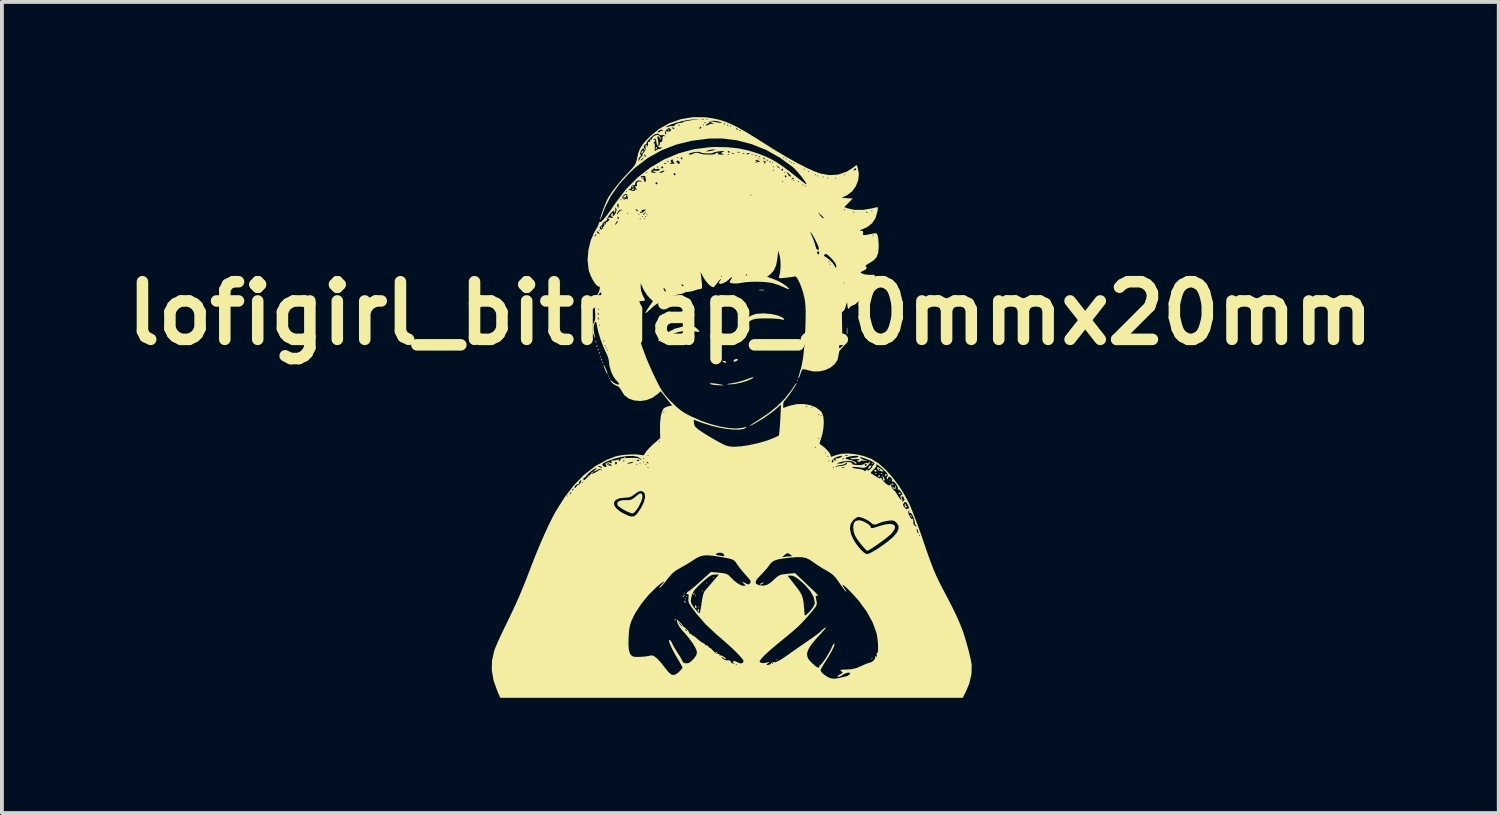
<source format=kicad_pcb>
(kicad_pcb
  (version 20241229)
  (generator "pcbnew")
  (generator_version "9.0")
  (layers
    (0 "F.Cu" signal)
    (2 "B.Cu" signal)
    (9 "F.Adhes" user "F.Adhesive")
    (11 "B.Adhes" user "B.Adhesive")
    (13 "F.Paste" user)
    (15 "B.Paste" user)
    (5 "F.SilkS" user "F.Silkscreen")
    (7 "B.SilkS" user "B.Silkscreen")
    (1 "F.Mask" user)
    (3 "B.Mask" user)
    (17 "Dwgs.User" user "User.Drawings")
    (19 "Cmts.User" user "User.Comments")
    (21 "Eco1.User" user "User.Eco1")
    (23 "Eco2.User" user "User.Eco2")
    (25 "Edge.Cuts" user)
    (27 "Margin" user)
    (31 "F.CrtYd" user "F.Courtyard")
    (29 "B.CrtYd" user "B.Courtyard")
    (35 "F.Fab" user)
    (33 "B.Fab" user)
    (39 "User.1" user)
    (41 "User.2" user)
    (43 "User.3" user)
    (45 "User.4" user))
  (footprint "lofigirl_bitmap_20mmx20mm"
    (layer "F.Cu")
    (at 16.479 5.104)
    (property "Reference" "lofigirl_bitmap_20mmx20mm" (at 0 0 0) (layer "F.SilkS") (effects (font (size 1.5 1.5) (thickness 0.3))))
    (attr board_only exclude_from_pos_files exclude_from_bom)
    (fp_poly (pts (xy -4.209 4.224) (xy -4.224 4.238) (xy -4.238 4.224) (xy -4.224 4.209)) (stroke (width 0) (type solid)) (fill yes) (layer "F.SilkS"))
    (fp_poly (pts (xy -3.885 1.133) (xy -3.9 1.148) (xy -3.914 1.133) (xy -3.9 1.118)) (stroke (width 0) (type solid)) (fill yes) (layer "F.SilkS"))
    (fp_poly (pts (xy -3.826 1.28) (xy -3.841 1.295) (xy -3.856 1.28) (xy -3.841 1.266)) (stroke (width 0) (type solid)) (fill yes) (layer "F.SilkS"))
    (fp_poly (pts (xy -3.679 1.633) (xy -3.694 1.648) (xy -3.708 1.633) (xy -3.694 1.619)) (stroke (width 0) (type solid)) (fill yes) (layer "F.SilkS"))
    (fp_poly (pts (xy -3.679 3.929) (xy -3.694 3.944) (xy -3.708 3.929) (xy -3.694 3.914)) (stroke (width 0) (type solid)) (fill yes) (layer "F.SilkS"))
    (fp_poly (pts (xy -3.65 1.692) (xy -3.664 1.707) (xy -3.679 1.692) (xy -3.664 1.678)) (stroke (width 0) (type solid)) (fill yes) (layer "F.SilkS"))
    (fp_poly (pts (xy -1.854 -0.25) (xy -1.869 -0.235) (xy -1.884 -0.25) (xy -1.869 -0.265)) (stroke (width 0) (type solid)) (fill yes) (layer "F.SilkS"))
    (fp_poly (pts (xy -1.707 7.284) (xy -1.722 7.299) (xy -1.737 7.284) (xy -1.722 7.27)) (stroke (width 0) (type solid)) (fill yes) (layer "F.SilkS"))
    (fp_poly (pts (xy -1.678 7.432) (xy -1.692 7.446) (xy -1.707 7.432) (xy -1.692 7.417)) (stroke (width 0) (type solid)) (fill yes) (layer "F.SilkS"))
    (fp_poly (pts (xy -1.648 7.373) (xy -1.663 7.387) (xy -1.678 7.373) (xy -1.663 7.358)) (stroke (width 0) (type solid)) (fill yes) (layer "F.SilkS"))
    (fp_poly (pts (xy -1.413 7.343) (xy -1.427 7.358) (xy -1.442 7.343) (xy -1.427 7.329)) (stroke (width 0) (type solid)) (fill yes) (layer "F.SilkS"))
    (fp_poly (pts (xy -1.324 7.638) (xy -1.339 7.652) (xy -1.354 7.638) (xy -1.339 7.623)) (stroke (width 0) (type solid)) (fill yes) (layer "F.SilkS"))
    (fp_poly (pts (xy -1.236 7.226) (xy -1.251 7.24) (xy -1.266 7.226) (xy -1.251 7.211)) (stroke (width 0) (type solid)) (fill yes) (layer "F.SilkS"))
    (fp_poly (pts (xy -1.118 7.02) (xy -1.133 7.034) (xy -1.148 7.02) (xy -1.133 7.005)) (stroke (width 0) (type solid)) (fill yes) (layer "F.SilkS"))
    (fp_poly (pts (xy -0.942 6.872) (xy -0.957 6.887) (xy -0.971 6.872) (xy -0.957 6.858)) (stroke (width 0) (type solid)) (fill yes) (layer "F.SilkS"))
    (fp_poly (pts (xy 0.706 9.021) (xy 0.692 9.036) (xy 0.677 9.021) (xy 0.692 9.006)) (stroke (width 0) (type solid)) (fill yes) (layer "F.SilkS"))
    (fp_poly (pts (xy 1.236 1.751) (xy 1.221 1.766) (xy 1.207 1.751) (xy 1.221 1.737)) (stroke (width 0) (type solid)) (fill yes) (layer "F.SilkS"))
    (fp_poly (pts (xy 3.179 8.992) (xy 3.164 9.006) (xy 3.149 8.992) (xy 3.164 8.977)) (stroke (width 0) (type solid)) (fill yes) (layer "F.SilkS"))
    (fp_poly (pts (xy 3.65 4.341) (xy 3.635 4.356) (xy 3.62 4.341) (xy 3.635 4.327)) (stroke (width 0) (type solid)) (fill yes) (layer "F.SilkS"))
    (fp_poly (pts (xy -4.013 0.716) (xy -4.009 0.751) (xy -4.013 0.755) (xy -4.03 0.751) (xy -4.032 0.736) (xy -4.021 0.712)) (stroke (width 0) (type solid)) (fill yes) (layer "F.SilkS"))
    (fp_poly (pts (xy -3.983 0.834) (xy -3.98 0.869) (xy -3.983 0.873) (xy -4.001 0.869) (xy -4.003 0.854) (xy -3.992 0.829)) (stroke (width 0) (type solid)) (fill yes) (layer "F.SilkS"))
    (fp_poly (pts (xy -3.954 0.922) (xy -3.95 0.957) (xy -3.954 0.961) (xy -3.971 0.957) (xy -3.973 0.942) (xy -3.963 0.918)) (stroke (width 0) (type solid)) (fill yes) (layer "F.SilkS"))
    (fp_poly (pts (xy -3.924 1.011) (xy -3.921 1.045) (xy -3.924 1.05) (xy -3.942 1.046) (xy -3.944 1.03) (xy -3.933 1.006)) (stroke (width 0) (type solid)) (fill yes) (layer "F.SilkS"))
    (fp_poly (pts (xy -3.865 -2.256) (xy -3.862 -2.222) (xy -3.865 -2.217) (xy -3.883 -2.221) (xy -3.885 -2.237) (xy -3.874 -2.261)) (stroke (width 0) (type solid)) (fill yes) (layer "F.SilkS"))
    (fp_poly (pts (xy -3.865 1.187) (xy -3.862 1.222) (xy -3.865 1.226) (xy -3.883 1.222) (xy -3.885 1.207) (xy -3.874 1.182)) (stroke (width 0) (type solid)) (fill yes) (layer "F.SilkS"))
    (fp_poly (pts (xy -3.247 3.748) (xy -3.251 3.765) (xy -3.267 3.767) (xy -3.291 3.757) (xy -3.287 3.748) (xy -3.252 3.744)) (stroke (width 0) (type solid)) (fill yes) (layer "F.SilkS"))
    (fp_poly (pts (xy -2.129 -4.788) (xy -2.125 -4.753) (xy -2.129 -4.748) (xy -2.146 -4.752) (xy -2.149 -4.768) (xy -2.138 -4.792)) (stroke (width 0) (type solid)) (fill yes) (layer "F.SilkS"))
    (fp_poly (pts (xy -2.041 -0.196) (xy -2.045 -0.179) (xy -2.06 -0.177) (xy -2.084 -0.187) (xy -2.08 -0.196) (xy -2.045 -0.2)) (stroke (width 0) (type solid)) (fill yes) (layer "F.SilkS"))
    (fp_poly (pts (xy -1.952 7.957) (xy -1.949 7.991) (xy -1.952 7.996) (xy -1.97 7.992) (xy -1.972 7.976) (xy -1.961 7.952)) (stroke (width 0) (type solid)) (fill yes) (layer "F.SilkS"))
    (fp_poly (pts (xy -1.921 -0.224) (xy -1.93 -0.21) (xy -1.96 -0.208) (xy -1.991 -0.216) (xy -1.977 -0.226) (xy -1.931 -0.23)) (stroke (width 0) (type solid)) (fill yes) (layer "F.SilkS"))
    (fp_poly (pts (xy 2.492 0.657) (xy 2.495 0.692) (xy 2.492 0.697) (xy 2.474 0.693) (xy 2.472 0.677) (xy 2.483 0.653)) (stroke (width 0) (type solid)) (fill yes) (layer "F.SilkS"))
    (fp_poly (pts (xy 3.198 3.895) (xy 3.194 3.912) (xy 3.179 3.914) (xy 3.154 3.904) (xy 3.159 3.895) (xy 3.194 3.891)) (stroke (width 0) (type solid)) (fill yes) (layer "F.SilkS"))
    (fp_poly (pts (xy 3.287 4.16) (xy 3.283 4.177) (xy 3.267 4.179) (xy 3.243 4.169) (xy 3.247 4.16) (xy 3.282 4.156)) (stroke (width 0) (type solid)) (fill yes) (layer "F.SilkS"))
    (fp_poly (pts (xy 3.434 4.16) (xy 3.43 4.177) (xy 3.414 4.179) (xy 3.39 4.169) (xy 3.395 4.16) (xy 3.429 4.156)) (stroke (width 0) (type solid)) (fill yes) (layer "F.SilkS"))
    (fp_poly (pts (xy -3.801 -2.343) (xy -3.77 -2.313) (xy -3.776 -2.296) (xy -3.78 -2.296) (xy -3.805 -2.317) (xy -3.814 -2.33) (xy -3.818 -2.35)) (stroke (width 0) (type solid)) (fill yes) (layer "F.SilkS"))
    (fp_poly (pts (xy -3.017 -3.237) (xy -3.048 -3.213) (xy -3.082 -3.209) (xy -3.09 -3.22) (xy -3.067 -3.239) (xy -3.045 -3.249) (xy -3.014 -3.251)) (stroke (width 0) (type solid)) (fill yes) (layer "F.SilkS"))
    (fp_poly (pts (xy -2.801 -3.549) (xy -2.769 -3.52) (xy -2.775 -3.503) (xy -2.78 -3.502) (xy -2.805 -3.523) (xy -2.814 -3.536) (xy -2.817 -3.557)) (stroke (width 0) (type solid)) (fill yes) (layer "F.SilkS"))
    (fp_poly (pts (xy -1.712 7.488) (xy -1.68 7.517) (xy -1.687 7.534) (xy -1.691 7.535) (xy -1.716 7.514) (xy -1.725 7.501) (xy -1.728 7.481)) (stroke (width 0) (type solid)) (fill yes) (layer "F.SilkS"))
    (fp_poly (pts (xy -1.337 7.709) (xy -1.334 7.727) (xy -1.341 7.767) (xy -1.362 7.751) (xy -1.367 7.743) (xy -1.366 7.706) (xy -1.359 7.7)) (stroke (width 0) (type solid)) (fill yes) (layer "F.SilkS"))
    (fp_poly (pts (xy -0.888 8.812) (xy -0.856 8.839) (xy -0.854 8.846) (xy -0.868 8.858) (xy -0.897 8.831) (xy -0.9 8.825) (xy -0.904 8.805)) (stroke (width 0) (type solid)) (fill yes) (layer "F.SilkS"))
    (fp_poly (pts (xy 3.269 4.078) (xy 3.295 4.106) (xy 3.265 4.12) (xy 3.251 4.121) (xy 3.22 4.106) (xy 3.223 4.091) (xy 3.258 4.074)) (stroke (width 0) (type solid)) (fill yes) (layer "F.SilkS"))
    (fp_poly (pts (xy 4.175 5.251) (xy 4.206 5.28) (xy 4.2 5.298) (xy 4.196 5.298) (xy 4.171 5.277) (xy 4.162 5.264) (xy 4.158 5.244)) (stroke (width 0) (type solid)) (fill yes) (layer "F.SilkS"))
    (fp_poly (pts (xy -4.1 4.14) (xy -4.106 4.15) (xy -4.134 4.178) (xy -4.139 4.179) (xy -4.141 4.16) (xy -4.135 4.15) (xy -4.107 4.122) (xy -4.102 4.121)) (stroke (width 0) (type solid)) (fill yes) (layer "F.SilkS"))
    (fp_poly (pts (xy -3.041 -3.307) (xy -3.046 -3.296) (xy -3.074 -3.268) (xy -3.079 -3.267) (xy -3.081 -3.286) (xy -3.076 -3.296) (xy -3.048 -3.325) (xy -3.043 -3.326)) (stroke (width 0) (type solid)) (fill yes) (layer "F.SilkS"))
    (fp_poly (pts (xy -2.78 -4.221) (xy -2.796 -4.194) (xy -2.831 -4.158) (xy -2.843 -4.15) (xy -2.843 -4.172) (xy -2.836 -4.194) (xy -2.805 -4.233) (xy -2.789 -4.238)) (stroke (width 0) (type solid)) (fill yes) (layer "F.SilkS"))
    (fp_poly (pts (xy -2.424 -4.309) (xy -2.428 -4.297) (xy -2.455 -4.269) (xy -2.459 -4.268) (xy -2.472 -4.29) (xy -2.472 -4.297) (xy -2.45 -4.325) (xy -2.441 -4.327)) (stroke (width 0) (type solid)) (fill yes) (layer "F.SilkS"))
    (fp_poly (pts (xy -1.716 7.348) (xy -1.722 7.358) (xy -1.75 7.386) (xy -1.755 7.387) (xy -1.757 7.368) (xy -1.751 7.358) (xy -1.723 7.33) (xy -1.718 7.329)) (stroke (width 0) (type solid)) (fill yes) (layer "F.SilkS"))
    (fp_poly (pts (xy -1.451 7.289) (xy -1.457 7.299) (xy -1.485 7.327) (xy -1.49 7.329) (xy -1.492 7.31) (xy -1.486 7.299) (xy -1.459 7.271) (xy -1.453 7.27)) (stroke (width 0) (type solid)) (fill yes) (layer "F.SilkS"))
    (fp_poly (pts (xy -1.412 7.617) (xy -1.402 7.638) (xy -1.401 7.676) (xy -1.414 7.682) (xy -1.439 7.658) (xy -1.442 7.638) (xy -1.436 7.598) (xy -1.431 7.594)) (stroke (width 0) (type solid)) (fill yes) (layer "F.SilkS"))
    (fp_poly (pts (xy -0.648 1.252) (xy -0.633 1.266) (xy -0.63 1.292) (xy -0.666 1.287) (xy -0.706 1.266) (xy -0.734 1.243) (xy -0.707 1.237) (xy -0.701 1.237)) (stroke (width 0) (type solid)) (fill yes) (layer "F.SilkS"))
    (fp_poly (pts (xy 0.344 7.018) (xy 0.324 7.034) (xy 0.27 7.059) (xy 0.25 7.063) (xy 0.245 7.051) (xy 0.265 7.034) (xy 0.319 7.009) (xy 0.338 7.006)) (stroke (width 0) (type solid)) (fill yes) (layer "F.SilkS"))
    (fp_poly (pts (xy 0.361 -0.609) (xy 0.374 -0.602) (xy 0.338 -0.598) (xy 0.294 -0.597) (xy 0.231 -0.599) (xy 0.213 -0.605) (xy 0.228 -0.609) (xy 0.314 -0.614)) (stroke (width 0) (type solid)) (fill yes) (layer "F.SilkS"))
    (fp_poly (pts (xy 2.523 0.39) (xy 2.528 0.477) (xy 2.522 0.538) (xy 2.516 0.549) (xy 2.511 0.511) (xy 2.51 0.456) (xy 2.512 0.389) (xy 2.518 0.37)) (stroke (width 0) (type solid)) (fill yes) (layer "F.SilkS"))
    (fp_poly (pts (xy 3.149 3.966) (xy 3.129 4.008) (xy 3.105 4.032) (xy 3.07 4.05) (xy 3.061 4.039) (xy 3.081 3.998) (xy 3.105 3.973) (xy 3.141 3.956)) (stroke (width 0) (type solid)) (fill yes) (layer "F.SilkS"))
    (fp_poly (pts (xy 3.375 4.227) (xy 3.37 4.238) (xy 3.344 4.266) (xy 3.339 4.268) (xy 3.326 4.245) (xy 3.326 4.238) (xy 3.348 4.21) (xy 3.357 4.209)) (stroke (width 0) (type solid)) (fill yes) (layer "F.SilkS"))
    (fp_poly (pts (xy 3.551 4.197) (xy 3.547 4.209) (xy 3.52 4.237) (xy 3.515 4.238) (xy 3.503 4.215) (xy 3.502 4.209) (xy 3.525 4.181) (xy 3.534 4.179)) (stroke (width 0) (type solid)) (fill yes) (layer "F.SilkS"))
    (fp_poly (pts (xy 3.885 4.665) (xy 3.913 4.691) (xy 3.914 4.696) (xy 3.892 4.709) (xy 3.885 4.709) (xy 3.857 4.687) (xy 3.856 4.678) (xy 3.874 4.66)) (stroke (width 0) (type solid)) (fill yes) (layer "F.SilkS"))
    (fp_poly (pts (xy -0.329 1.192) (xy -0.328 1.193) (xy -0.334 1.22) (xy -0.354 1.237) (xy -0.414 1.264) (xy -0.441 1.247) (xy -0.441 1.239) (xy -0.418 1.208) (xy -0.369 1.188)) (stroke (width 0) (type solid)) (fill yes) (layer "F.SilkS"))
    (fp_poly (pts (xy 3.431 4.22) (xy 3.457 4.251) (xy 3.498 4.317) (xy 3.491 4.351) (xy 3.468 4.356) (xy 3.448 4.345) (xy 3.452 4.337) (xy 3.456 4.3) (xy 3.441 4.256) (xy 3.421 4.214)) (stroke (width 0) (type solid)) (fill yes) (layer "F.SilkS"))
    (fp_poly (pts (xy -3.813 1.342) (xy -3.783 1.399) (xy -3.765 1.439) (xy -3.733 1.517) (xy -3.718 1.569) (xy -3.719 1.58) (xy -3.736 1.563) (xy -3.764 1.506) (xy -3.778 1.472) (xy -3.812 1.382) (xy -3.823 1.338)) (stroke (width 0) (type solid)) (fill yes) (layer "F.SilkS"))
    (fp_poly (pts (xy 3.793 4.499) (xy 3.793 4.509) (xy 3.781 4.564) (xy 3.743 4.572) (xy 3.704 4.54) (xy 3.679 4.505) (xy 3.694 4.512) (xy 3.713 4.527) (xy 3.753 4.549) (xy 3.773 4.523) (xy 3.776 4.512) (xy 3.787 4.477)) (stroke (width 0) (type solid)) (fill yes) (layer "F.SilkS"))
    (fp_poly (pts (xy 4.045 4.981) (xy 4.044 4.986) (xy 4.035 5.025) (xy 4.06 5.019) (xy 4.061 5.018) (xy 4.086 5.01) (xy 4.079 5.028) (xy 4.049 5.06) (xy 4.02 5.037) (xy 4.016 5.03) (xy 4.016 4.985) (xy 4.031 4.964) (xy 4.053 4.949)) (stroke (width 0) (type solid)) (fill yes) (layer "F.SilkS"))
    (fp_poly (pts (xy -3.222 -3.069) (xy -3.248 -3.018) (xy -3.286 -2.985) (xy -3.306 -2.994) (xy -3.304 -3.017) (xy -3.296 -3.017) (xy -3.282 -3.002) (xy -3.267 -3.017) (xy -3.282 -3.032) (xy -3.296 -3.017) (xy -3.304 -3.017) (xy -3.303 -3.035) (xy -3.281 -3.062) (xy -3.234 -3.087)) (stroke (width 0) (type solid)) (fill yes) (layer "F.SilkS"))
    (fp_poly (pts (xy -0.964 1.823) (xy -0.867 1.835) (xy -0.758 1.855) (xy -0.706 1.866) (xy -0.698 1.873) (xy -0.734 1.875) (xy -0.799 1.874) (xy -0.878 1.87) (xy -0.955 1.863) (xy -0.964 1.862) (xy -1.029 1.848) (xy -1.059 1.829) (xy -1.06 1.827) (xy -1.033 1.82)) (stroke (width 0) (type solid)) (fill yes) (layer "F.SilkS"))
    (fp_poly (pts (xy 0.084 1.667) (xy 0.061 1.688) (xy 0.004 1.72) (xy -0.116 1.769) (xy -0.265 1.811) (xy -0.415 1.841) (xy -0.539 1.851) (xy -0.543 1.851) (xy -0.597 1.848) (xy -0.602 1.842) (xy -0.554 1.832) (xy -0.472 1.82) (xy -0.334 1.792) (xy -0.186 1.75) (xy -0.106 1.721) (xy -0.004 1.684) (xy 0.061 1.665)) (stroke (width 0) (type solid)) (fill yes) (layer "F.SilkS"))
    (fp_poly (pts (xy 3.355 4.02) (xy 3.413 4.06) (xy 3.414 4.061) (xy 3.463 4.1) (xy 3.466 4.114) (xy 3.425 4.113) (xy 3.421 4.113) (xy 3.355 4.097) (xy 3.325 4.079) (xy 3.302 4.041) (xy 3.331 4.041) (xy 3.338 4.057) (xy 3.367 4.089) (xy 3.384 4.082) (xy 3.385 4.078) (xy 3.364 4.053) (xy 3.351 4.044) (xy 3.331 4.041) (xy 3.302 4.041) (xy 3.299 4.035) (xy 3.306 4.006) (xy 3.318 4.003)) (stroke (width 0) (type solid)) (fill yes) (layer "F.SilkS"))
    (fp_poly (pts (xy -1.501 0.334) (xy -1.448 0.356) (xy -1.398 0.393) (xy -1.346 0.442) (xy -1.323 0.475) (xy -1.324 0.48) (xy -1.359 0.482) (xy -1.432 0.473) (xy -1.496 0.461) (xy -1.675 0.451) (xy -1.874 0.486) (xy -2.08 0.562) (xy -2.212 0.634) (xy -2.32 0.698) (xy -2.382 0.728) (xy -2.4 0.724) (xy -2.374 0.685) (xy -2.324 0.63) (xy -2.162 0.5) (xy -1.966 0.401) (xy -1.756 0.343) (xy -1.682 0.334) (xy -1.572 0.329)) (stroke (width 0) (type solid)) (fill yes) (layer "F.SilkS"))
    (fp_poly (pts (xy -2.829 4.698) (xy -2.811 4.736) (xy -2.812 4.804) (xy -2.841 4.896) (xy -2.888 4.998) (xy -2.946 5.095) (xy -3.006 5.169) (xy -3.06 5.208) (xy -3.072 5.21) (xy -3.117 5.197) (xy -3.195 5.164) (xy -3.267 5.129) (xy -3.358 5.076) (xy -3.428 5.025) (xy -3.457 4.994) (xy -3.465 4.937) (xy -3.425 4.892) (xy -3.342 4.866) (xy -3.235 4.862) (xy -3.144 4.862) (xy -3.075 4.839) (xy -3.001 4.784) (xy -2.991 4.775) (xy -2.91 4.709) (xy -2.86 4.684)) (stroke (width 0) (type solid)) (fill yes) (layer "F.SilkS"))
    (fp_poly (pts (xy 0.532 0.017) (xy 0.705 0.055) (xy 0.758 0.074) (xy 0.835 0.112) (xy 0.877 0.145) (xy 0.88 0.167) (xy 0.841 0.168) (xy 0.802 0.158) (xy 0.739 0.147) (xy 0.634 0.139) (xy 0.503 0.133) (xy 0.412 0.132) (xy 0.266 0.134) (xy 0.164 0.141) (xy 0.09 0.154) (xy 0.03 0.178) (xy -0.009 0.199) (xy -0.088 0.244) (xy -0.129 0.261) (xy -0.145 0.251) (xy -0.147 0.223) (xy -0.121 0.166) (xy -0.054 0.105) (xy 0.039 0.052) (xy 0.141 0.017) (xy 0.165 0.013) (xy 0.343 0.002)) (stroke (width 0) (type solid)) (fill yes) (layer "F.SilkS"))
    (fp_poly (pts (xy 2.901 5.401) (xy 2.983 5.437) (xy 3.062 5.484) (xy 3.118 5.532) (xy 3.135 5.563) (xy 3.139 5.586) (xy 3.159 5.593) (xy 3.205 5.585) (xy 3.29 5.56) (xy 3.361 5.536) (xy 3.523 5.493) (xy 3.646 5.482) (xy 3.728 5.5) (xy 3.765 5.545) (xy 3.755 5.616) (xy 3.693 5.709) (xy 3.659 5.745) (xy 3.597 5.801) (xy 3.507 5.873) (xy 3.401 5.952) (xy 3.291 6.031) (xy 3.187 6.1) (xy 3.103 6.152) (xy 3.049 6.179) (xy 3.04 6.181) (xy 3.012 6.159) (xy 2.958 6.103) (xy 2.89 6.023) (xy 2.878 6.009) (xy 2.78 5.879) (xy 2.719 5.773) (xy 2.687 5.675) (xy 2.678 5.568) (xy 2.678 5.567) (xy 2.693 5.463) (xy 2.739 5.405) (xy 2.825 5.386) (xy 2.833 5.386)) (stroke (width 0) (type solid)) (fill yes) (layer "F.SilkS"))
    (fp_poly (pts (xy -1.184 -5.102) (xy -1.133 -5.097) (xy -0.963 -5.071) (xy -0.803 -5.035) (xy -0.646 -4.985) (xy -0.482 -4.916) (xy -0.302 -4.826) (xy -0.097 -4.709) (xy 0.14 -4.563) (xy 0.285 -4.471) (xy 0.621 -4.259) (xy 0.931 -4.074) (xy 1.211 -3.916) (xy 1.457 -3.789) (xy 1.665 -3.695) (xy 1.823 -3.638) (xy 2.058 -3.596) (xy 2.201 -3.605) (xy 2.443 -3.605) (xy 2.458 -3.591) (xy 2.472 -3.605) (xy 2.458 -3.62) (xy 2.443 -3.605) (xy 2.201 -3.605) (xy 2.285 -3.611) (xy 2.498 -3.682) (xy 2.568 -3.724) (xy 2.678 -3.724) (xy 2.702 -3.719) (xy 2.718 -3.718) (xy 2.753 -3.741) (xy 2.757 -3.757) (xy 2.746 -3.78) (xy 2.718 -3.763) (xy 2.684 -3.732) (xy 2.678 -3.724) (xy 2.568 -3.724) (xy 2.66 -3.781) (xy 2.766 -3.862) (xy 2.796 -3.783) (xy 2.825 -3.628) (xy 2.806 -3.464) (xy 2.746 -3.308) (xy 2.648 -3.173) (xy 2.521 -3.074) (xy 2.491 -3.06) (xy 2.371 -3.006) (xy 2.517 -2.997) (xy 2.664 -2.987) (xy 2.555 -2.876) (xy 2.446 -2.764) (xy 2.525 -2.734) (xy 2.709 -2.692) (xy 2.928 -2.691) (xy 3.173 -2.732) (xy 3.262 -2.755) (xy 3.305 -2.763) (xy 3.32 -2.745) (xy 3.315 -2.688) (xy 3.31 -2.66) (xy 3.258 -2.479) (xy 3.168 -2.342) (xy 3.036 -2.24) (xy 2.927 -2.192) (xy 2.862 -2.167) (xy 2.851 -2.153) (xy 2.88 -2.15) (xy 2.931 -2.139) (xy 2.937 -2.099) (xy 2.934 -2.086) (xy 2.929 -2.055) (xy 2.94 -2.038) (xy 2.977 -2.035) (xy 3.05 -2.046) (xy 3.17 -2.07) (xy 3.199 -2.076) (xy 3.266 -2.085) (xy 3.299 -2.063) (xy 3.317 -2.012) (xy 3.329 -1.938) (xy 3.338 -1.831) (xy 3.341 -1.731) (xy 3.328 -1.576) (xy 3.286 -1.462) (xy 3.205 -1.373) (xy 3.095 -1.305) (xy 3.029 -1.265) (xy 2.998 -1.233) (xy 3.001 -1.222) (xy 3.03 -1.183) (xy 3.003 -1.141) (xy 2.938 -1.106) (xy 2.879 -1.078) (xy 2.868 -1.06) (xy 2.901 -1.037) (xy 2.907 -1.034) (xy 2.974 -1.013) (xy 3.069 -1.002) (xy 3.103 -1.001) (xy 3.238 -1.001) (xy 3.238 -0.874) (xy 3.213 -0.719) (xy 3.147 -0.578) (xy 3.048 -0.468) (xy 2.987 -0.428) (xy 2.892 -0.37) (xy 2.805 -0.301) (xy 2.79 -0.287) (xy 2.727 -0.234) (xy 2.674 -0.207) (xy 2.667 -0.206) (xy 2.618 -0.184) (xy 2.58 -0.144) (xy 2.557 -0.116) (xy 2.542 -0.119) (xy 2.531 -0.161) (xy 2.521 -0.251) (xy 2.518 -0.284) (xy 2.5 -0.465) (xy 2.485 -0.596) (xy 2.471 -0.687) (xy 2.455 -0.746) (xy 2.437 -0.784) (xy 2.418 -0.805) (xy 2.406 -0.814) (xy 2.396 -0.813) (xy 2.388 -0.798) (xy 2.382 -0.765) (xy 2.378 -0.707) (xy 2.376 -0.621) (xy 2.376 -0.502) (xy 2.377 -0.346) (xy 2.379 -0.146) (xy 2.384 0.101) (xy 2.389 0.4) (xy 2.392 0.546) (xy 2.375 0.698) (xy 2.339 0.788) (xy 2.305 0.864) (xy 2.31 0.902) (xy 2.345 0.896) (xy 2.401 0.845) (xy 2.446 0.799) (xy 2.471 0.788) (xy 2.472 0.793) (xy 2.452 0.83) (xy 2.402 0.886) (xy 2.384 0.902) (xy 2.32 0.976) (xy 2.297 1.06) (xy 2.296 1.092) (xy 2.268 1.215) (xy 2.193 1.325) (xy 2.082 1.415) (xy 1.943 1.479) (xy 1.789 1.513) (xy 1.629 1.512) (xy 1.52 1.486) (xy 1.434 1.463) (xy 1.372 1.456) (xy 1.354 1.462) (xy 1.331 1.504) (xy 1.303 1.577) (xy 1.296 1.599) (xy 1.271 1.666) (xy 1.251 1.699) (xy 1.248 1.699) (xy 1.25 1.667) (xy 1.268 1.599) (xy 1.282 1.557) (xy 1.333 1.378) (xy 1.374 1.147) (xy 1.405 0.862) (xy 1.426 0.523) (xy 1.432 0.368) (xy 1.438 0.152) (xy 1.44 -0.017) (xy 1.436 -0.151) (xy 1.428 -0.261) (xy 1.414 -0.36) (xy 1.403 -0.42) (xy 1.371 -0.544) (xy 2.296 -0.544) (xy 2.31 -0.53) (xy 2.325 -0.544) (xy 2.31 -0.559) (xy 2.296 -0.544) (xy 1.371 -0.544) (xy 1.369 -0.554) (xy 1.333 -0.662) (xy 2.296 -0.662) (xy 2.31 -0.648) (xy 2.325 -0.662) (xy 2.31 -0.677) (xy 2.296 -0.662) (xy 1.333 -0.662) (xy 1.326 -0.685) (xy 1.323 -0.692) (xy 2.237 -0.692) (xy 2.252 -0.677) (xy 2.266 -0.692) (xy 2.252 -0.706) (xy 2.237 -0.692) (xy 1.323 -0.692) (xy 1.292 -0.769) (xy 2.244 -0.769) (xy 2.266 -0.783) (xy 2.27 -0.787) (xy 2.293 -0.825) (xy 2.29 -0.84) (xy 2.268 -0.831) (xy 2.253 -0.803) (xy 2.244 -0.769) (xy 1.292 -0.769) (xy 1.278 -0.802) (xy 1.231 -0.894) (xy 1.189 -0.95) (xy 1.162 -0.961) (xy 1.118 -0.951) (xy 1.033 -0.939) (xy 0.928 -0.926) (xy 0.822 -0.916) (xy 0.764 -0.915) (xy 0.742 -0.926) (xy 0.745 -0.95) (xy 0.749 -0.96) (xy 0.773 -1.06) (xy 0.786 -1.193) (xy 0.786 -1.28) (xy 2.06 -1.28) (xy 2.075 -1.266) (xy 2.09 -1.28) (xy 2.075 -1.295) (xy 2.06 -1.28) (xy 0.786 -1.28) (xy 0.786 -1.334) (xy 0.785 -1.339) (xy 2.031 -1.339) (xy 2.046 -1.324) (xy 2.06 -1.339) (xy 2.046 -1.354) (xy 2.031 -1.339) (xy 0.785 -1.339) (xy 0.772 -1.459) (xy 0.764 -1.497) (xy 1.914 -1.497) (xy 1.938 -1.479) (xy 1.999 -1.442) (xy 2.074 -1.379) (xy 2.143 -1.308) (xy 2.188 -1.247) (xy 2.193 -1.234) (xy 2.216 -1.184) (xy 2.232 -1.191) (xy 2.237 -1.24) (xy 2.217 -1.294) (xy 2.163 -1.37) (xy 2.103 -1.436) (xy 2.027 -1.508) (xy 1.978 -1.541) (xy 1.946 -1.541) (xy 1.934 -1.532) (xy 1.914 -1.497) (xy 0.764 -1.497) (xy 0.763 -1.501) (xy 0.741 -1.575) (xy 1.737 -1.575) (xy 1.752 -1.535) (xy 1.766 -1.53) (xy 1.792 -1.554) (xy 1.795 -1.575) (xy 1.779 -1.614) (xy 1.766 -1.619) (xy 1.74 -1.595) (xy 1.737 -1.575) (xy 0.741 -1.575) (xy 0.724 -1.633) (xy 0.706 -1.442) (xy 0.672 -1.255) (xy 0.612 -1.115) (xy 0.52 -1.015) (xy 0.512 -1.009) (xy 0.435 -0.952) (xy 0.61 -0.888) (xy 0.727 -0.838) (xy 0.84 -0.775) (xy 0.936 -0.71) (xy 0.998 -0.653) (xy 1.01 -0.632) (xy 0.994 -0.628) (xy 0.937 -0.648) (xy 0.857 -0.684) (xy 0.736 -0.735) (xy 0.604 -0.778) (xy 0.533 -0.795) (xy 0.385 -0.813) (xy 0.211 -0.822) (xy 0.031 -0.82) (xy -0.131 -0.809) (xy -0.235 -0.792) (xy -0.341 -0.777) (xy -0.44 -0.776) (xy -0.464 -0.78) (xy -0.527 -0.795) (xy -0.542 -0.816) (xy -0.518 -0.859) (xy -0.516 -0.862) (xy -0.477 -0.925) (xy -0.477 -0.945) (xy -0.514 -0.921) (xy -0.555 -0.882) (xy -0.631 -0.822) (xy -0.713 -0.781) (xy -0.782 -0.766) (xy -0.816 -0.777) (xy -0.815 -0.81) (xy -0.8 -0.83) (xy -0.769 -0.876) (xy -0.765 -0.893) (xy -0.78 -0.888) (xy -0.819 -0.845) (xy -0.854 -0.799) (xy -0.909 -0.729) (xy -0.952 -0.685) (xy -0.967 -0.677) (xy -1.023 -0.7) (xy -1.094 -0.762) (xy -1.166 -0.848) (xy -1.223 -0.937) (xy -1.233 -0.957) (xy -0.765 -0.957) (xy -0.751 -0.942) (xy -0.736 -0.957) (xy -0.751 -0.971) (xy -0.765 -0.957) (xy -1.233 -0.957) (xy -1.257 -1.001) (xy -0.118 -1.001) (xy -0.107 -0.976) (xy -0.098 -0.981) (xy -0.095 -1.016) (xy -0.098 -1.02) (xy -0.116 -1.016) (xy -0.118 -1.001) (xy -1.257 -1.001) (xy -1.296 -1.074) (xy -1.276 -0.912) (xy -1.261 -0.783) (xy -1.255 -0.701) (xy -1.26 -0.656) (xy -1.278 -0.636) (xy -1.308 -0.631) (xy -1.31 -0.631) (xy -1.38 -0.618) (xy -1.451 -0.594) (xy -1.543 -0.568) (xy -1.619 -0.559) (xy -1.685 -0.551) (xy -1.719 -0.534) (xy -1.756 -0.515) (xy -1.829 -0.498) (xy -1.861 -0.494) (xy -2.007 -0.46) (xy -2.175 -0.393) (xy -2.345 -0.303) (xy -2.498 -0.2) (xy -2.589 -0.121) (xy -2.674 -0.04) (xy -2.721 -0.005) (xy -2.731 -0.014) (xy -2.702 -0.069) (xy -2.637 -0.169) (xy -2.636 -0.17) (xy -2.535 -0.317) (xy -2.625 -0.401) (xy -2.691 -0.479) (xy -2.758 -0.581) (xy -2.784 -0.632) (xy -2.259 -0.632) (xy -2.236 -0.586) (xy -2.207 -0.56) (xy -2.204 -0.559) (xy -2.197 -0.58) (xy -2.213 -0.617) (xy -2.245 -0.658) (xy -2.259 -0.665) (xy -2.259 -0.632) (xy -2.784 -0.632) (xy -2.785 -0.633) (xy -2.834 -0.738) (xy -1.795 -0.738) (xy -1.774 -0.708) (xy -1.766 -0.706) (xy -1.737 -0.716) (xy -1.737 -0.719) (xy -1.757 -0.744) (xy -1.766 -0.751) (xy -1.793 -0.748) (xy -1.795 -0.738) (xy -2.834 -0.738) (xy -2.854 -0.78) (xy -2.855 -0.676) (xy -2.841 -0.581) (xy -2.806 -0.478) (xy -2.796 -0.456) (xy -2.756 -0.378) (xy -2.743 -0.338) (xy -2.756 -0.325) (xy -2.798 -0.324) (xy -2.805 -0.324) (xy -2.884 -0.313) (xy -2.938 -0.274) (xy -2.971 -0.199) (xy -2.99 -0.078) (xy -2.996 -0.008) (xy -2.999 0.11) (xy -2.994 0.213) (xy -2.977 0.32) (xy -2.945 0.452) (xy -2.917 0.554) (xy -2.817 0.872) (xy -2.701 1.183) (xy -2.561 1.506) (xy -2.451 1.736) (xy -2.37 1.894) (xy -2.299 2.016) (xy -2.225 2.119) (xy -2.135 2.223) (xy -2.047 2.314) (xy -1.921 2.435) (xy -1.811 2.527) (xy -1.696 2.602) (xy -1.556 2.676) (xy -1.53 2.689) (xy -1.284 2.797) (xy -1.033 2.884) (xy -0.79 2.948) (xy -0.565 2.987) (xy -0.367 2.999) (xy -0.207 2.981) (xy -0.194 2.977) (xy -0.124 2.961) (xy -0.102 2.964) (xy -0.113 2.98) (xy -0.182 3.013) (xy -0.298 3.029) (xy -0.449 3.026) (xy -0.626 3.008) (xy -0.819 2.974) (xy -1.019 2.925) (xy -1.215 2.864) (xy -1.242 2.855) (xy -1.475 2.769) (xy -1.466 2.864) (xy -1.454 2.918) (xy -1.421 2.967) (xy -1.357 3.021) (xy -1.266 3.085) (xy -1.145 3.161) (xy -1 3.248) (xy -0.859 3.329) (xy -0.836 3.342) (xy -0.715 3.406) (xy -0.624 3.445) (xy -0.545 3.465) (xy -0.457 3.472) (xy -0.409 3.473) (xy -0.225 3.46) (xy -0.011 3.427) (xy 0.212 3.377) (xy 0.422 3.316) (xy 0.515 3.282) (xy 0.588 3.252) (xy 1.766 3.252) (xy 1.781 3.267) (xy 1.795 3.252) (xy 1.781 3.238) (xy 1.766 3.252) (xy 0.588 3.252) (xy 0.617 3.24) (xy 0.696 3.205) (xy 0.738 3.184) (xy 0.74 3.182) (xy 0.748 3.148) (xy 0.758 3.066) (xy 0.768 2.948) (xy 0.777 2.805) (xy 0.779 2.77) (xy 0.784 2.664) (xy 1.825 2.664) (xy 1.84 2.678) (xy 1.854 2.664) (xy 1.84 2.649) (xy 1.825 2.664) (xy 0.784 2.664) (xy 0.786 2.634) (xy 1.766 2.634) (xy 1.781 2.649) (xy 1.795 2.634) (xy 1.781 2.619) (xy 1.766 2.634) (xy 0.786 2.634) (xy 0.799 2.376) (xy 0.649 2.507) (xy 0.558 2.58) (xy 0.439 2.664) (xy 0.309 2.751) (xy 0.18 2.83) (xy 0.069 2.893) (xy -0.012 2.93) (xy -0.015 2.931) (xy -0.017 2.926) (xy 0.023 2.896) (xy 0.099 2.846) (xy 0.168 2.804) (xy 0.46 2.61) (xy 0.703 2.415) (xy 0.906 2.209) (xy 1.078 1.985) (xy 1.116 1.927) (xy 1.164 1.856) (xy 1.197 1.816) (xy 1.207 1.814) (xy 1.19 1.851) (xy 1.148 1.921) (xy 1.089 2.01) (xy 1.024 2.105) (xy 0.961 2.191) (xy 0.91 2.254) (xy 0.884 2.281) (xy 0.862 2.321) (xy 0.854 2.381) (xy 0.854 2.463) (xy 0.87 2.458) (xy 1.589 2.458) (xy 1.604 2.472) (xy 1.619 2.458) (xy 1.604 2.443) (xy 1.589 2.458) (xy 0.87 2.458) (xy 0.957 2.428) (xy 1.442 2.428) (xy 1.457 2.443) (xy 1.472 2.428) (xy 1.457 2.413) (xy 1.442 2.428) (xy 0.957 2.428) (xy 1.023 2.406) (xy 1.203 2.365) (xy 1.385 2.361) (xy 1.558 2.39) (xy 1.708 2.45) (xy 1.823 2.537) (xy 1.867 2.594) (xy 1.9 2.693) (xy 1.912 2.831) (xy 1.902 2.99) (xy 1.872 3.154) (xy 1.856 3.211) (xy 1.798 3.396) (xy 1.863 3.44) (xy 1.941 3.503) (xy 2.014 3.578) (xy 2.068 3.647) (xy 2.09 3.697) (xy 2.09 3.697) (xy 2.092 3.726) (xy 2.108 3.734) (xy 2.153 3.72) (xy 2.203 3.7) (xy 2.461 3.7) (xy 2.502 3.704) (xy 2.544 3.699) (xy 2.539 3.689) (xy 2.478 3.685) (xy 2.465 3.689) (xy 2.461 3.7) (xy 2.203 3.7) (xy 2.218 3.694) (xy 2.364 3.657) (xy 2.544 3.649) (xy 2.743 3.669) (xy 2.944 3.713) (xy 3.132 3.782) (xy 3.157 3.794) (xy 3.327 3.899) (xy 3.504 4.053) (xy 3.682 4.247) (xy 3.853 4.471) (xy 4.01 4.718) (xy 4.122 4.928) (xy 4.171 5.039) (xy 4.234 5.195) (xy 4.307 5.383) (xy 4.385 5.593) (xy 4.463 5.812) (xy 4.518 5.975) (xy 4.61 6.242) (xy 4.69 6.464) (xy 4.762 6.652) (xy 4.832 6.817) (xy 4.904 6.969) (xy 4.981 7.121) (xy 4.982 7.123) (xy 5.123 7.39) (xy 5.238 7.614) (xy 5.332 7.805) (xy 5.409 7.971) (xy 5.472 8.12) (xy 5.526 8.261) (xy 5.574 8.404) (xy 5.62 8.556) (xy 5.622 8.565) (xy 5.668 8.73) (xy 5.708 8.889) (xy 5.739 9.028) (xy 5.758 9.131) (xy 5.761 9.154) (xy 5.755 9.387) (xy 5.699 9.631) (xy 5.617 9.829) (xy 5.529 10.007) (xy -0.49 10.007) (xy -6.508 10.007) (xy -6.582 9.84) (xy -6.683 9.559) (xy -6.73 9.292) (xy -6.723 9.033) (xy -6.664 8.774) (xy -6.663 8.771) (xy -6.632 8.692) (xy -6.595 8.605) (xy -3.174 8.605) (xy -3.163 8.754) (xy -3.134 8.856) (xy -3.086 8.916) (xy -3.041 8.937) (xy -2.966 8.944) (xy -2.858 8.942) (xy -2.74 8.933) (xy -2.638 8.918) (xy -2.587 8.904) (xy -2.526 8.911) (xy -2.442 8.97) (xy -2.338 9.078) (xy -2.222 9.226) (xy -2.132 9.338) (xy -2.059 9.4) (xy -1.992 9.415) (xy -1.923 9.387) (xy -1.857 9.333) (xy -1.801 9.274) (xy -1.769 9.23) (xy -1.766 9.221) (xy -1.781 9.186) (xy -1.806 9.139) (xy -0.383 9.139) (xy -0.368 9.153) (xy -0.353 9.139) (xy -0.368 9.124) (xy -0.383 9.139) (xy -1.806 9.139) (xy -1.82 9.114) (xy -1.876 9.018) (xy -1.902 8.975) (xy -1.974 8.852) (xy -2.038 8.729) (xy -2.087 8.621) (xy -2.115 8.542) (xy -2.119 8.517) (xy -2.105 8.5) (xy -2.076 8.519) (xy -2.048 8.56) (xy -2.044 8.572) (xy -2.018 8.628) (xy -1.969 8.715) (xy -1.906 8.816) (xy -1.895 8.834) (xy -1.834 8.929) (xy -1.789 9.008) (xy -1.767 9.055) (xy -1.766 9.06) (xy -1.741 9.095) (xy -1.683 9.112) (xy -1.616 9.106) (xy -1.594 9.097) (xy -1.538 9.055) (xy -1.472 8.989) (xy -1.457 8.972) (xy -1.404 8.894) (xy -1.391 8.825) (xy -1.396 8.79) (xy -1.427 8.711) (xy -1.492 8.602) (xy -1.581 8.477) (xy -1.686 8.347) (xy -1.768 8.256) (xy -1.797 8.22) (xy -1.702 8.22) (xy -1.695 8.236) (xy -1.666 8.268) (xy -1.648 8.262) (xy -1.648 8.257) (xy -1.669 8.233) (xy -1.682 8.223) (xy -1.702 8.22) (xy -1.797 8.22) (xy -1.836 8.172) (xy -1.886 8.088) (xy -1.9 8.05) (xy -1.907 8.02) (xy -1.898 8.02) (xy -1.842 8.087) (xy -1.79 8.142) (xy -1.767 8.15) (xy -1.766 8.143) (xy -1.786 8.119) (xy -1.832 8.076) (xy -1.898 8.02) (xy -1.907 8.02) (xy -1.921 7.961) (xy -1.83 8.047) (xy -1.775 8.103) (xy -1.747 8.142) (xy -1.745 8.15) (xy -1.732 8.167) (xy -1.69 8.189) (xy -1.638 8.238) (xy -1.599 8.293) (xy -1.589 8.321) (xy -1.574 8.348) (xy -1.56 8.344) (xy -1.533 8.349) (xy -1.53 8.362) (xy -1.52 8.385) (xy -1.513 8.381) (xy -1.484 8.389) (xy -1.429 8.429) (xy -1.389 8.464) (xy -1.316 8.527) (xy -1.252 8.571) (xy -1.23 8.581) (xy -1.186 8.609) (xy -1.177 8.627) (xy -1.159 8.644) (xy -1.15 8.639) (xy -1.115 8.647) (xy -1.092 8.675) (xy -1.067 8.707) (xy -1.06 8.704) (xy -1.043 8.709) (xy -0.999 8.75) (xy -0.97 8.783) (xy -0.894 8.853) (xy -0.837 8.869) (xy -0.832 8.867) (xy -0.8 8.864) (xy -0.806 8.883) (xy -0.807 8.906) (xy -0.789 8.903) (xy -0.741 8.91) (xy -0.678 8.946) (xy -0.677 8.947) (xy -0.637 8.986) (xy -0.635 9.005) (xy -0.638 9.006) (xy -0.685 8.985) (xy -0.692 8.977) (xy -0.734 8.948) (xy -0.744 8.947) (xy -0.749 8.961) (xy -0.715 8.992) (xy -0.659 9.024) (xy -0.627 9.033) (xy -0.563 9.031) (xy -0.519 9.043) (xy -0.513 9.062) (xy -0.505 9.09) (xy -0.466 9.112) (xy -0.426 9.115) (xy -0.418 9.11) (xy -0.426 9.096) (xy -0.442 9.095) (xy -0.466 9.085) (xy -0.451 9.062) (xy -0.409 9.049) (xy -0.344 9.079) (xy -0.342 9.08) (xy -0.266 9.112) (xy -0.206 9.106) (xy -0.177 9.063) (xy -0.177 9.052) (xy -0.198 9.009) (xy -0.259 8.934) (xy -0.353 8.835) (xy -0.473 8.718) (xy -0.614 8.59) (xy -0.767 8.456) (xy -0.867 8.372) (xy -1.163 8.096) (xy -1.388 7.836) (xy -1.485 7.711) (xy -1.55 7.622) (xy -1.59 7.557) (xy -1.609 7.506) (xy -1.611 7.493) (xy -1.55 7.493) (xy -1.537 7.551) (xy -1.498 7.617) (xy -1.451 7.68) (xy -1.39 7.752) (xy -1.342 7.796) (xy -1.32 7.804) (xy -1.308 7.768) (xy -1.292 7.688) (xy -1.274 7.579) (xy -1.269 7.537) (xy -1.249 7.417) (xy -1.226 7.317) (xy -1.204 7.252) (xy -1.198 7.243) (xy -1.162 7.2) (xy -1.099 7.126) (xy -1.021 7.034) (xy -0.99 6.998) (xy -0.819 6.799) (xy -0.924 6.799) (xy -0.981 6.805) (xy -1.039 6.829) (xy -1.111 6.879) (xy -1.207 6.96) (xy -1.243 6.992) (xy -1.359 7.1) (xy -1.439 7.185) (xy -1.49 7.258) (xy -1.522 7.333) (xy -1.542 7.422) (xy -1.543 7.425) (xy -1.55 7.493) (xy -1.611 7.493) (xy -1.614 7.459) (xy -1.61 7.415) (xy -1.606 7.338) (xy -1.618 7.309) (xy -1.636 7.311) (xy -1.662 7.306) (xy -1.658 7.283) (xy -1.629 7.245) (xy -1.616 7.24) (xy -1.585 7.222) (xy -1.52 7.17) (xy -1.43 7.094) (xy -1.324 7.001) (xy -1.308 6.986) (xy -1.026 6.732) (xy -0.815 6.751) (xy -0.698 6.764) (xy -0.622 6.783) (xy -0.569 6.814) (xy -0.533 6.85) (xy -0.425 6.957) (xy -0.318 7.038) (xy -0.224 7.085) (xy -0.18 7.092) (xy -0.128 7.088) (xy -0.129 7.073) (xy -0.155 7.052) (xy -0.201 7.008) (xy -0.198 6.992) (xy -0.151 7.011) (xy -0.131 7.023) (xy -0.074 7.055) (xy -0.037 7.051) (xy -0.01 7.027) (xy 0.009 7) (xy 0.008 6.986) (xy 0.137 6.986) (xy 0.147 7.037) (xy 0.206 7.07) (xy 0.25 7.08) (xy 0.353 7.088) (xy 0.444 7.063) (xy 0.539 7) (xy 0.618 6.929) (xy 0.694 6.86) (xy 0.743 6.828) (xy 0.968 6.828) (xy 1.166 7.081) (xy 1.243 7.181) (xy 1.299 7.263) (xy 1.339 7.339) (xy 1.366 7.422) (xy 1.384 7.525) (xy 1.398 7.66) (xy 1.411 7.84) (xy 1.412 7.858) (xy 1.431 7.863) (xy 1.48 7.827) (xy 1.546 7.76) (xy 1.631 7.655) (xy 1.672 7.572) (xy 1.678 7.531) (xy 1.65 7.391) (xy 1.567 7.24) (xy 1.433 7.082) (xy 1.354 7.007) (xy 1.245 6.915) (xy 1.164 6.859) (xy 1.099 6.833) (xy 1.06 6.828) (xy 0.968 6.828) (xy 0.743 6.828) (xy 0.756 6.819) (xy 0.829 6.797) (xy 0.934 6.784) (xy 0.957 6.781) (xy 1.163 6.762) (xy 1.283 6.876) (xy 1.364 6.953) (xy 1.467 7.051) (xy 1.572 7.15) (xy 1.584 7.161) (xy 1.685 7.258) (xy 1.743 7.32) (xy 1.763 7.352) (xy 1.746 7.356) (xy 1.726 7.349) (xy 1.704 7.35) (xy 1.702 7.386) (xy 1.716 7.461) (xy 1.729 7.528) (xy 1.728 7.578) (xy 1.705 7.629) (xy 1.655 7.696) (xy 1.603 7.76) (xy 1.471 7.915) (xy 1.353 8.044) (xy 1.234 8.162) (xy 1.1 8.281) (xy 0.936 8.417) (xy 0.883 8.46) (xy 0.661 8.642) (xy 0.485 8.793) (xy 0.356 8.913) (xy 0.275 9.001) (xy 0.242 9.057) (xy 0.242 9.07) (xy 0.28 9.099) (xy 0.354 9.105) (xy 0.446 9.086) (xy 0.456 9.082) (xy 0.497 9.068) (xy 0.491 9.08) (xy 0.458 9.107) (xy 0.419 9.141) (xy 0.427 9.152) (xy 0.462 9.153) (xy 0.519 9.135) (xy 0.54 9.11) (xy 0.541 9.109) (xy 0.559 9.109) (xy 0.574 9.124) (xy 0.589 9.109) (xy 0.574 9.095) (xy 0.559 9.109) (xy 0.541 9.109) (xy 0.577 9.08) (xy 0.601 9.083) (xy 0.647 9.083) (xy 0.718 9.056) (xy 0.82 8.997) (xy 0.958 8.904) (xy 1.045 8.842) (xy 1.163 8.758) (xy 1.307 8.658) (xy 1.453 8.558) (xy 1.516 8.515) (xy 1.631 8.435) (xy 1.733 8.36) (xy 1.809 8.3) (xy 1.839 8.271) (xy 1.903 8.212) (xy 1.957 8.176) (xy 1.967 8.18) (xy 1.941 8.219) (xy 1.885 8.283) (xy 1.866 8.304) (xy 1.706 8.478) (xy 1.589 8.62) (xy 1.514 8.738) (xy 1.478 8.837) (xy 1.479 8.923) (xy 1.515 9.003) (xy 1.582 9.081) (xy 1.685 9.175) (xy 1.754 9.221) (xy 1.79 9.22) (xy 1.795 9.199) (xy 1.809 9.159) (xy 1.821 9.153) (xy 1.851 9.13) (xy 1.899 9.068) (xy 1.959 8.982) (xy 2.02 8.884) (xy 2.074 8.789) (xy 2.113 8.71) (xy 2.121 8.689) (xy 2.151 8.625) (xy 2.179 8.595) (xy 2.181 8.594) (xy 2.191 8.617) (xy 2.171 8.681) (xy 2.126 8.777) (xy 2.058 8.898) (xy 1.972 9.036) (xy 1.971 9.037) (xy 1.906 9.139) (xy 1.856 9.224) (xy 1.828 9.278) (xy 1.825 9.29) (xy 1.849 9.337) (xy 1.91 9.397) (xy 1.992 9.453) (xy 2.054 9.485) (xy 2.125 9.507) (xy 2.2 9.51) (xy 2.305 9.493) (xy 2.319 9.49) (xy 2.419 9.467) (xy 2.502 9.445) (xy 2.536 9.434) (xy 2.586 9.397) (xy 2.6 9.376) (xy 2.589 9.354) (xy 2.542 9.352) (xy 2.48 9.367) (xy 2.421 9.397) (xy 2.413 9.403) (xy 2.354 9.441) (xy 2.299 9.462) (xy 2.268 9.457) (xy 2.266 9.452) (xy 2.29 9.424) (xy 2.344 9.392) (xy 2.396 9.365) (xy 2.399 9.343) (xy 2.366 9.315) (xy 2.342 9.293) (xy 2.35 9.28) (xy 2.4 9.274) (xy 2.499 9.272) (xy 2.502 9.272) (xy 2.638 9.263) (xy 2.759 9.234) (xy 2.88 9.183) (xy 2.978 9.139) (xy 3.058 9.107) (xy 3.103 9.095) (xy 3.103 9.095) (xy 3.157 9.076) (xy 3.211 9.032) (xy 3.247 8.982) (xy 3.25 8.944) (xy 3.245 8.923) (xy 3.267 8.933) (xy 3.293 8.938) (xy 3.29 8.897) (xy 3.289 8.893) (xy 3.286 8.85) (xy 3.299 8.846) (xy 3.315 8.832) (xy 3.324 8.772) (xy 3.325 8.681) (xy 3.32 8.573) (xy 3.308 8.459) (xy 3.29 8.354) (xy 3.282 8.32) (xy 3.182 8.044) (xy 3.027 7.761) (xy 2.818 7.477) (xy 2.652 7.292) (xy 2.548 7.186) (xy 2.469 7.112) (xy 2.417 7.073) (xy 2.397 7.069) (xy 2.411 7.103) (xy 2.46 7.174) (xy 2.498 7.23) (xy 2.504 7.25) (xy 2.488 7.24) (xy 2.446 7.195) (xy 2.385 7.115) (xy 2.317 7.017) (xy 2.306 7) (xy 2.225 6.886) (xy 2.148 6.805) (xy 2.053 6.737) (xy 1.985 6.698) (xy 1.861 6.626) (xy 1.731 6.543) (xy 1.639 6.478) (xy 1.541 6.412) (xy 1.449 6.37) (xy 1.346 6.349) (xy 1.219 6.346) (xy 1.051 6.358) (xy 1.015 6.362) (xy 0.842 6.383) (xy 0.716 6.406) (xy 0.626 6.436) (xy 0.561 6.476) (xy 0.51 6.532) (xy 0.493 6.557) (xy 0.433 6.635) (xy 0.349 6.731) (xy 0.268 6.815) (xy 0.177 6.913) (xy 0.137 6.986) (xy 0.008 6.986) (xy 0.006 6.969) (xy -0.024 6.921) (xy -0.088 6.847) (xy -0.123 6.809) (xy -0.209 6.71) (xy -0.289 6.611) (xy -0.345 6.533) (xy -0.348 6.528) (xy -0.383 6.474) (xy -0.418 6.436) (xy -0.465 6.409) (xy -0.535 6.387) (xy -0.642 6.365) (xy -0.768 6.342) (xy -0.777 6.341) (xy 0.838 6.341) (xy 0.843 6.35) (xy 0.863 6.345) (xy 0.932 6.332) (xy 1.01 6.327) (xy 1.071 6.324) (xy 1.081 6.312) (xy 1.047 6.283) (xy 0.992 6.248) (xy 0.949 6.248) (xy 0.895 6.287) (xy 0.879 6.301) (xy 0.838 6.341) (xy -0.777 6.341) (xy -0.955 6.312) (xy -1.098 6.299) (xy -1.21 6.303) (xy -1.306 6.326) (xy -1.398 6.369) (xy -1.475 6.418) (xy -1.599 6.498) (xy -1.738 6.58) (xy -1.834 6.633) (xy -1.946 6.699) (xy -2.039 6.776) (xy -2.131 6.883) (xy -2.169 6.931) (xy -2.242 7.026) (xy -2.306 7.1) (xy -2.351 7.142) (xy -2.36 7.148) (xy -2.366 7.137) (xy -2.337 7.095) (xy -2.312 7.068) (xy -2.258 7.005) (xy -2.245 6.979) (xy -2.269 6.988) (xy -2.328 7.031) (xy -2.418 7.105) (xy -2.446 7.13) (xy -2.649 7.33) (xy -2.834 7.556) (xy -2.987 7.788) (xy -3.044 7.896) (xy -3.095 8.007) (xy -3.128 8.104) (xy -3.149 8.207) (xy -3.163 8.339) (xy -3.167 8.405) (xy -3.174 8.605) (xy -6.595 8.605) (xy -6.581 8.572) (xy -6.513 8.424) (xy -6.436 8.259) (xy -6.363 8.109) (xy -6.23 7.835) (xy -6.117 7.594) (xy -6.017 7.369) (xy -5.921 7.14) (xy -5.821 6.89) (xy -5.724 6.637) (xy -5.607 6.337) (xy -5.583 6.278) (xy -0.903 6.278) (xy -0.879 6.29) (xy -0.814 6.304) (xy -0.699 6.324) (xy -0.678 6.306) (xy -0.677 6.3) (xy -0.702 6.256) (xy -0.761 6.231) (xy -0.831 6.233) (xy -0.861 6.245) (xy -0.894 6.265) (xy -0.903 6.278) (xy -5.583 6.278) (xy -5.485 6.041) (xy -5.364 5.762) (xy -5.293 5.609) (xy 2.591 5.609) (xy 2.624 5.757) (xy 2.66 5.842) (xy 2.724 5.956) (xy 2.803 6.067) (xy 2.887 6.164) (xy 2.967 6.235) (xy 3.03 6.268) (xy 3.041 6.269) (xy 3.091 6.253) (xy 3.175 6.21) (xy 3.281 6.148) (xy 3.355 6.1) (xy 3.559 5.954) (xy 3.71 5.827) (xy 3.748 5.783) (xy 4.385 5.783) (xy 4.4 5.798) (xy 4.415 5.783) (xy 4.4 5.769) (xy 4.385 5.783) (xy 3.748 5.783) (xy 3.809 5.715) (xy 3.857 5.617) (xy 3.857 5.612) (xy 4.328 5.612) (xy 4.335 5.662) (xy 4.352 5.71) (xy 4.371 5.732) (xy 4.375 5.73) (xy 4.374 5.697) (xy 4.358 5.648) (xy 4.338 5.608) (xy 4.328 5.612) (xy 3.857 5.612) (xy 3.856 5.53) (xy 3.808 5.453) (xy 3.806 5.452) (xy 3.756 5.409) (xy 3.703 5.391) (xy 3.626 5.394) (xy 3.584 5.399) (xy 3.478 5.419) (xy 3.383 5.448) (xy 3.352 5.461) (xy 3.258 5.498) (xy 3.192 5.493) (xy 3.145 5.455) (xy 3.086 5.407) (xy 2.995 5.357) (xy 2.897 5.317) (xy 2.82 5.299) (xy 2.816 5.298) (xy 2.762 5.318) (xy 2.694 5.367) (xy 2.676 5.384) (xy 2.608 5.486) (xy 2.591 5.609) (xy -5.293 5.609) (xy -5.248 5.51) (xy -5.142 5.296) (xy -5.071 5.165) (xy -4.914 4.915) (xy -3.547 4.915) (xy -3.545 4.991) (xy -3.49 5.076) (xy -3.381 5.163) (xy -3.303 5.208) (xy -3.178 5.267) (xy -3.089 5.291) (xy -3.022 5.281) (xy -2.964 5.236) (xy -2.936 5.202) (xy -2.92 5.178) (xy 4.106 5.178) (xy 4.126 5.243) (xy 4.145 5.281) (xy 4.185 5.343) (xy 4.213 5.358) (xy 4.218 5.351) (xy 4.231 5.346) (xy 4.241 5.379) (xy 4.243 5.429) (xy 4.241 5.455) (xy 4.252 5.496) (xy 4.284 5.534) (xy 4.316 5.549) (xy 4.323 5.545) (xy 4.318 5.52) (xy 4.304 5.512) (xy 4.279 5.486) (xy 4.282 5.475) (xy 4.281 5.436) (xy 4.262 5.362) (xy 4.246 5.315) (xy 4.205 5.226) (xy 4.167 5.193) (xy 4.155 5.194) (xy 4.127 5.193) (xy 4.134 5.158) (xy 4.142 5.125) (xy 4.12 5.139) (xy 4.106 5.178) (xy -2.92 5.178) (xy -2.839 5.056) (xy -2.804 4.983) (xy 3.973 4.983) (xy 3.989 5.025) (xy 4.024 5.069) (xy 4.061 5.098) (xy 4.085 5.095) (xy 4.085 5.094) (xy 4.113 5.075) (xy 4.124 5.079) (xy 4.13 5.067) (xy 4.113 5.017) (xy 4.101 4.991) (xy 4.064 4.926) (xy 4.033 4.909) (xy 4.012 4.919) (xy 3.978 4.964) (xy 3.973 4.983) (xy -2.804 4.983) (xy -2.773 4.918) (xy -2.741 4.797) (xy -2.746 4.702) (xy -2.773 4.656) (xy -2.839 4.623) (xy -2.92 4.643) (xy -3.012 4.709) (xy -3.098 4.77) (xy -3.187 4.795) (xy -3.247 4.797) (xy -3.398 4.812) (xy -3.498 4.854) (xy -3.547 4.915) (xy -4.914 4.915) (xy -4.833 4.787) (xy -4.807 4.753) (xy -4.768 4.753) (xy -4.753 4.768) (xy -4.739 4.753) (xy -4.753 4.739) (xy -4.768 4.753) (xy -4.807 4.753) (xy -4.772 4.707) (xy -4.702 4.707) (xy -4.698 4.709) (xy -4.671 4.688) (xy -4.665 4.68) (xy -4.658 4.652) (xy -4.662 4.65) (xy -4.688 4.671) (xy -4.694 4.68) (xy -4.702 4.707) (xy -4.772 4.707) (xy -4.703 4.619) (xy -4.643 4.619) (xy -4.639 4.621) (xy -4.612 4.6) (xy -4.606 4.591) (xy -4.599 4.564) (xy -4.603 4.562) (xy -4.63 4.583) (xy -4.636 4.591) (xy -4.643 4.619) (xy -4.703 4.619) (xy -4.642 4.54) (xy -4.573 4.54) (xy -4.569 4.545) (xy -4.546 4.542) (xy -4.538 4.524) (xy -4.505 4.48) (xy -4.477 4.466) (xy -4.427 4.429) (xy -4.413 4.4) (xy -4.385 4.4) (xy -4.371 4.415) (xy -4.356 4.4) (xy -4.371 4.385) (xy -4.385 4.4) (xy -4.413 4.4) (xy -4.407 4.388) (xy -4.4 4.344) (xy -4.42 4.349) (xy -4.432 4.358) (xy -4.459 4.399) (xy -4.457 4.418) (xy -4.465 4.441) (xy -4.483 4.444) (xy -4.533 4.462) (xy -4.569 4.501) (xy -4.573 4.54) (xy -4.642 4.54) (xy -4.583 4.464) (xy -4.433 4.312) (xy -4.346 4.312) (xy -4.344 4.345) (xy -4.33 4.349) (xy -4.294 4.321) (xy -4.232 4.261) (xy -4.175 4.207) (xy -4.14 4.177) (xy -4.135 4.175) (xy -4.114 4.176) (xy -4.08 4.163) (xy 3.134 4.163) (xy 3.141 4.169) (xy 3.187 4.194) (xy 3.257 4.238) (xy 3.281 4.254) (xy 3.343 4.29) (xy 3.38 4.298) (xy 3.385 4.291) (xy 3.398 4.274) (xy 3.407 4.28) (xy 3.428 4.32) (xy 3.429 4.325) (xy 3.449 4.356) (xy 3.501 4.407) (xy 3.52 4.424) (xy 3.581 4.471) (xy 3.618 4.481) (xy 3.652 4.459) (xy 3.656 4.455) (xy 3.697 4.426) (xy 3.724 4.446) (xy 3.73 4.469) (xy 3.715 4.463) (xy 3.676 4.454) (xy 3.662 4.482) (xy 3.675 4.529) (xy 3.711 4.575) (xy 3.772 4.642) (xy 3.831 4.73) (xy 3.84 4.746) (xy 3.882 4.814) (xy 3.918 4.853) (xy 3.927 4.856) (xy 3.936 4.841) (xy 3.923 4.823) (xy 3.903 4.781) (xy 3.904 4.776) (xy 3.924 4.776) (xy 3.941 4.809) (xy 3.943 4.811) (xy 3.962 4.864) (xy 3.956 4.892) (xy 3.952 4.91) (xy 3.986 4.887) (xy 4.016 4.849) (xy 4.006 4.833) (xy 3.986 4.805) (xy 3.99 4.795) (xy 3.981 4.772) (xy 3.957 4.768) (xy 3.924 4.776) (xy 3.904 4.776) (xy 3.911 4.739) (xy 3.938 4.723) (xy 3.951 4.728) (xy 3.958 4.719) (xy 3.938 4.674) (xy 3.928 4.656) (xy 3.886 4.601) (xy 3.851 4.581) (xy 3.846 4.583) (xy 3.831 4.581) (xy 3.838 4.567) (xy 3.836 4.525) (xy 3.806 4.466) (xy 3.762 4.41) (xy 3.718 4.377) (xy 3.696 4.377) (xy 3.679 4.38) (xy 3.685 4.372) (xy 3.693 4.328) (xy 3.666 4.281) (xy 3.624 4.255) (xy 3.605 4.257) (xy 3.577 4.287) (xy 3.581 4.305) (xy 3.581 4.321) (xy 3.564 4.314) (xy 3.544 4.285) (xy 3.564 4.249) (xy 3.579 4.213) (xy 3.559 4.168) (xy 3.514 4.117) (xy 3.452 4.056) (xy 3.386 3.999) (xy 3.327 3.954) (xy 3.287 3.93) (xy 3.277 3.935) (xy 3.281 3.943) (xy 3.278 3.987) (xy 3.225 4.051) (xy 3.205 4.068) (xy 3.147 4.127) (xy 3.134 4.163) (xy -4.08 4.163) (xy -4.063 4.156) (xy -4.007 4.128) (xy -3.966 4.101) (xy -3.961 4.094) (xy -3.921 4.076) (xy -3.891 4.08) (xy -3.859 4.088) (xy -3.879 4.069) (xy -3.883 4.067) (xy -3.938 4.055) (xy -3.985 4.079) (xy -4.043 4.111) (xy -4.076 4.12) (xy -4.08 4.107) (xy -4.054 4.089) (xy -4.012 4.051) (xy -4.003 4.029) (xy -4.024 4.03) (xy -4.078 4.061) (xy -4.143 4.108) (xy -4.216 4.169) (xy -4.263 4.218) (xy -4.275 4.241) (xy -4.291 4.265) (xy -4.307 4.268) (xy -4.342 4.291) (xy -4.346 4.312) (xy -4.433 4.312) (xy -4.319 4.196) (xy -4.04 3.981) (xy -3.967 3.981) (xy -3.943 3.997) (xy -3.929 4.003) (xy -3.874 4.026) (xy -3.859 4.025) (xy -3.863 4.017) (xy -2.678 4.017) (xy -2.664 4.032) (xy -2.649 4.017) (xy 2.149 4.017) (xy 2.163 4.032) (xy 2.172 4.023) (xy 2.373 4.023) (xy 2.413 4.028) (xy 2.455 4.023) (xy 2.45 4.013) (xy 2.39 4.009) (xy 2.377 4.013) (xy 2.373 4.023) (xy 2.172 4.023) (xy 2.178 4.017) (xy 2.163 4.003) (xy 2.149 4.017) (xy -2.649 4.017) (xy -2.664 4.003) (xy -2.678 4.017) (xy -3.863 4.017) (xy -3.87 4.003) (xy -3.912 3.978) (xy -3.938 3.975) (xy -3.967 3.981) (xy -4.04 3.981) (xy -4.039 3.98) (xy -3.937 3.924) (xy -3.853 3.924) (xy -3.849 3.95) (xy -3.83 3.972) (xy -3.78 4.004) (xy -3.753 3.997) (xy -3.753 3.996) (xy 2.219 3.996) (xy 2.221 4.013) (xy 2.227 4.004) (xy 2.263 3.984) (xy 2.335 3.974) (xy 2.353 3.973) (xy 2.439 3.962) (xy 2.498 3.933) (xy 2.502 3.929) (xy 2.521 3.893) (xy 2.505 3.885) (xy 2.474 3.904) (xy 2.472 3.913) (xy 2.446 3.932) (xy 2.38 3.946) (xy 2.35 3.95) (xy 2.269 3.964) (xy 2.223 3.988) (xy 2.219 3.996) (xy -3.753 3.996) (xy -3.743 3.963) (xy -3.759 3.949) (xy -3.768 3.932) (xy -3.73 3.932) (xy -3.697 3.956) (xy -3.648 3.965) (xy -3.604 3.966) (xy -3.612 3.95) (xy -3.638 3.93) (xy -3.69 3.904) (xy -3.716 3.904) (xy -3.73 3.932) (xy -3.768 3.932) (xy -3.773 3.923) (xy -3.738 3.892) (xy -3.683 3.874) (xy -3.664 3.886) (xy -3.627 3.901) (xy -3.623 3.9) (xy -3.522 3.9) (xy -3.509 3.935) (xy -3.495 3.937) (xy -3.489 3.929) (xy -2.973 3.929) (xy -2.958 3.944) (xy -2.943 3.929) (xy -2.737 3.929) (xy -2.722 3.944) (xy -2.708 3.929) (xy -2.722 3.914) (xy -2.737 3.929) (xy -2.943 3.929) (xy -2.958 3.914) (xy -2.973 3.929) (xy -3.489 3.929) (xy -3.472 3.908) (xy -3.205 3.908) (xy -3.174 3.914) (xy -3.162 3.914) (xy -3.096 3.9) (xy -2.884 3.9) (xy -2.87 3.914) (xy -2.855 3.9) (xy -2.87 3.885) (xy -2.884 3.9) (xy -3.096 3.9) (xy -3.089 3.898) (xy -3.061 3.884) (xy -3.048 3.87) (xy -2.796 3.87) (xy -2.781 3.885) (xy -2.767 3.87) (xy -2.773 3.864) (xy -2.703 3.864) (xy -2.696 3.881) (xy -2.666 3.912) (xy -2.651 3.906) (xy 2.257 3.906) (xy 2.282 3.911) (xy 2.312 3.913) (xy 2.386 3.904) (xy 2.433 3.883) (xy 2.486 3.866) (xy 2.574 3.872) (xy 2.574 3.872) (xy 2.64 3.891) (xy 2.654 3.91) (xy 2.648 3.915) (xy 2.653 3.929) (xy 2.706 3.942) (xy 2.77 3.949) (xy 2.879 3.951) (xy 2.905 3.944) (xy 2.973 3.944) (xy 2.995 3.972) (xy 3.002 3.973) (xy 3.031 3.951) (xy 3.032 3.944) (xy 3.009 3.915) (xy 3.002 3.914) (xy 2.974 3.937) (xy 2.973 3.944) (xy 2.905 3.944) (xy 2.942 3.934) (xy 2.961 3.918) (xy 3.006 3.893) (xy 3.03 3.899) (xy 3.076 3.899) (xy 3.093 3.881) (xy 3.115 3.862) (xy 3.119 3.873) (xy 3.1 3.913) (xy 3.052 3.967) (xy 3.05 3.97) (xy 3.001 4.009) (xy 2.951 4.023) (xy 2.876 4.017) (xy 2.831 4.009) (xy 2.739 3.998) (xy 2.669 3.998) (xy 2.647 4.004) (xy 2.655 4.018) (xy 2.709 4.034) (xy 2.792 4.046) (xy 2.891 4.063) (xy 2.956 4.084) (xy 2.973 4.101) (xy 2.986 4.111) (xy 3.005 4.091) (xy 3.035 4.065) (xy 3.05 4.082) (xy 3.077 4.094) (xy 3.122 4.06) (xy 3.163 4.012) (xy 3.176 3.984) (xy 3.195 3.954) (xy 3.213 3.941) (xy 3.234 3.911) (xy 3.207 3.877) (xy 3.127 3.834) (xy 3.03 3.796) (xy 2.932 3.761) (xy 2.879 3.744) (xy 2.859 3.743) (xy 2.863 3.756) (xy 2.869 3.767) (xy 2.908 3.795) (xy 2.976 3.824) (xy 2.981 3.825) (xy 3.039 3.844) (xy 3.045 3.849) (xy 2.996 3.843) (xy 2.962 3.839) (xy 2.89 3.834) (xy 2.865 3.846) (xy 2.867 3.851) (xy 2.859 3.867) (xy 2.82 3.863) (xy 2.775 3.848) (xy 2.785 3.835) (xy 2.812 3.823) (xy 2.846 3.805) (xy 2.83 3.796) (xy 2.76 3.794) (xy 2.693 3.797) (xy 2.625 3.796) (xy 2.593 3.787) (xy 2.594 3.783) (xy 2.635 3.769) (xy 2.705 3.761) (xy 2.706 3.761) (xy 2.772 3.752) (xy 2.811 3.734) (xy 2.812 3.717) (xy 2.767 3.709) (xy 2.761 3.709) (xy 2.667 3.715) (xy 2.576 3.729) (xy 2.505 3.749) (xy 2.473 3.769) (xy 2.472 3.771) (xy 2.498 3.791) (xy 2.563 3.81) (xy 2.589 3.815) (xy 2.658 3.833) (xy 2.718 3.86) (xy 2.758 3.888) (xy 2.765 3.909) (xy 2.741 3.914) (xy 2.709 3.897) (xy 2.708 3.889) (xy 2.682 3.863) (xy 2.614 3.848) (xy 2.523 3.844) (xy 2.424 3.853) (xy 2.355 3.869) (xy 2.279 3.894) (xy 2.257 3.906) (xy -2.651 3.906) (xy -2.649 3.906) (xy -2.649 3.902) (xy -2.67 3.877) (xy -2.68 3.87) (xy 2.116 3.87) (xy 2.148 3.885) (xy 2.163 3.863) (xy 2.157 3.834) (xy 2.149 3.803) (xy 2.123 3.833) (xy 2.116 3.87) (xy -2.68 3.87) (xy -2.683 3.868) (xy -2.703 3.864) (xy -2.773 3.864) (xy -2.781 3.856) (xy -2.796 3.87) (xy -3.048 3.87) (xy -3.044 3.866) (xy -3.078 3.868) (xy -3.105 3.874) (xy -3.181 3.894) (xy -3.205 3.908) (xy -3.472 3.908) (xy -3.469 3.904) (xy -3.469 3.9) (xy -3.491 3.865) (xy -3.495 3.863) (xy -3.519 3.878) (xy -3.522 3.9) (xy -3.623 3.9) (xy -3.615 3.897) (xy -3.604 3.87) (xy -3.622 3.855) (xy -3.63 3.838) (xy -3.588 3.834) (xy -3.506 3.825) (xy -3.461 3.811) (xy -3.422 3.801) (xy -3.426 3.821) (xy -3.427 3.843) (xy -3.398 3.836) (xy -3.398 3.836) (xy -3.316 3.836) (xy -3.312 3.853) (xy -3.296 3.856) (xy -3.272 3.845) (xy -3.277 3.836) (xy -3.312 3.832) (xy -3.316 3.836) (xy -3.398 3.836) (xy -3.379 3.821) (xy -2.955 3.821) (xy -2.946 3.843) (xy -2.927 3.846) (xy -2.889 3.841) (xy -2.888 3.841) (xy 2.031 3.841) (xy 2.046 3.856) (xy 2.06 3.841) (xy 2.046 3.826) (xy 2.031 3.841) (xy -2.888 3.841) (xy -2.884 3.838) (xy -2.906 3.815) (xy -2.944 3.813) (xy -2.955 3.821) (xy -3.379 3.821) (xy -3.37 3.813) (xy -3.383 3.798) (xy -3.379 3.784) (xy -3.329 3.774) (xy -3.305 3.772) (xy -3.139 3.765) (xy -3.021 3.764) (xy -2.941 3.77) (xy -2.89 3.784) (xy -2.863 3.799) (xy -2.829 3.825) (xy -2.833 3.815) (xy -2.846 3.799) (xy 2.148 3.799) (xy 2.149 3.803) (xy 2.151 3.8) (xy 2.17 3.809) (xy 2.188 3.823) (xy 2.224 3.848) (xy 2.225 3.83) (xy 2.218 3.811) (xy 2.212 3.774) (xy 2.229 3.777) (xy 2.274 3.778) (xy 2.277 3.777) (xy 2.394 3.777) (xy 2.398 3.795) (xy 2.413 3.797) (xy 2.438 3.786) (xy 2.433 3.777) (xy 2.398 3.774) (xy 2.394 3.777) (xy 2.277 3.777) (xy 2.341 3.754) (xy 2.344 3.753) (xy 2.389 3.723) (xy 2.387 3.709) (xy 2.347 3.711) (xy 2.279 3.729) (xy 2.221 3.751) (xy 2.161 3.788) (xy 2.151 3.8) (xy 2.148 3.799) (xy -2.846 3.799) (xy -2.86 3.782) (xy -2.796 3.782) (xy -2.781 3.797) (xy -2.767 3.782) (xy -2.781 3.767) (xy -2.796 3.782) (xy -2.86 3.782) (xy -2.862 3.779) (xy -2.936 3.734) (xy -2.997 3.723) (xy 2.001 3.723) (xy 2.016 3.738) (xy 2.031 3.723) (xy 2.016 3.708) (xy 2.001 3.723) (xy -2.997 3.723) (xy -3.051 3.713) (xy -3.198 3.715) (xy -3.365 3.739) (xy -3.542 3.784) (xy -3.717 3.848) (xy -3.742 3.859) (xy -3.82 3.897) (xy -3.853 3.924) (xy -3.937 3.924) (xy -3.74 3.815) (xy -3.512 3.726) (xy -3.405 3.701) (xy -3.267 3.683) (xy -3.118 3.674) (xy -2.979 3.673) (xy -2.869 3.683) (xy -2.833 3.691) (xy -2.778 3.696) (xy -2.776 3.694) (xy -2.678 3.694) (xy -2.664 3.708) (xy -2.649 3.694) (xy -2.664 3.679) (xy -2.678 3.694) (xy -2.776 3.694) (xy -2.745 3.655) (xy -2.74 3.642) (xy -2.735 3.635) (xy 1.943 3.635) (xy 1.957 3.65) (xy 1.972 3.635) (xy 1.957 3.62) (xy 1.943 3.635) (xy -2.735 3.635) (xy -2.706 3.59) (xy -2.639 3.515) (xy -2.611 3.488) (xy 1.678 3.488) (xy 1.692 3.502) (xy 1.707 3.488) (xy 1.692 3.473) (xy 1.678 3.488) (xy -2.611 3.488) (xy -2.553 3.43) (xy -2.529 3.409) (xy -2.451 3.341) (xy -2.384 3.341) (xy -2.369 3.355) (xy -2.355 3.341) (xy -2.369 3.326) (xy -2.384 3.341) (xy -2.451 3.341) (xy -2.346 3.247) (xy -2.352 3.012) (xy -2.349 2.84) (xy -2.331 2.686) (xy -2.304 2.575) (xy -2.266 2.575) (xy -2.252 2.59) (xy -2.237 2.575) (xy -2.252 2.561) (xy -2.266 2.575) (xy -2.304 2.575) (xy -2.301 2.563) (xy -2.261 2.483) (xy -2.248 2.469) (xy -2.19 2.438) (xy -2.122 2.417) (xy -2.036 2.399) (xy -2.185 2.213) (xy -2.333 2.028) (xy -2.41 2.099) (xy -2.55 2.199) (xy -2.706 2.26) (xy -2.867 2.283) (xy -3.023 2.268) (xy -3.164 2.219) (xy -3.278 2.134) (xy -3.354 2.016) (xy -3.361 1.999) (xy -3.418 1.919) (xy -3.483 1.885) (xy -3.561 1.845) (xy -3.616 1.791) (xy -3.656 1.727) (xy -3.575 1.791) (xy -3.506 1.835) (xy -3.447 1.855) (xy -3.416 1.846) (xy -3.414 1.837) (xy -3.433 1.808) (xy -3.48 1.754) (xy -3.502 1.733) (xy -3.57 1.637) (xy -3.628 1.507) (xy -3.668 1.366) (xy -3.679 1.259) (xy -3.692 1.186) (xy -3.726 1.088) (xy -3.757 1.022) (xy -3.786 0.957) (xy -3.738 0.957) (xy -3.723 0.971) (xy -3.708 0.957) (xy -3.723 0.942) (xy -3.738 0.957) (xy -3.786 0.957) (xy -3.813 0.898) (xy -3.767 0.898) (xy -3.753 0.912) (xy -3.738 0.898) (xy -3.753 0.883) (xy -3.767 0.898) (xy -3.813 0.898) (xy -3.831 0.858) (xy -3.838 0.839) (xy -3.797 0.839) (xy -3.782 0.854) (xy -3.767 0.839) (xy -3.782 0.824) (xy -3.797 0.839) (xy -3.838 0.839) (xy -3.882 0.721) (xy -3.826 0.721) (xy -3.811 0.736) (xy -3.797 0.721) (xy -3.811 0.706) (xy -3.826 0.721) (xy -3.882 0.721) (xy -3.9 0.674) (xy -3.955 0.494) (xy -3.989 0.341) (xy -3.99 0.334) (xy -3.995 0.309) (xy -3.944 0.309) (xy -3.929 0.324) (xy -3.914 0.309) (xy -3.929 0.294) (xy -3.944 0.309) (xy -3.995 0.309) (xy -4.004 0.253) (xy -4.018 0.222) (xy -4.037 0.233) (xy -4.053 0.253) (xy -4.076 0.323) (xy -4.078 0.431) (xy -4.058 0.557) (xy -4.042 0.614) (xy -4.035 0.645) (xy -4.052 0.624) (xy -4.056 0.618) (xy -4.095 0.521) (xy -4.109 0.406) (xy -4.098 0.298) (xy -4.075 0.244) (xy -4.05 0.195) (xy -4.037 0.134) (xy -4.037 0.13) (xy -3.971 0.13) (xy -3.966 0.168) (xy -3.956 0.169) (xy -3.949 0.129) (xy -3.953 0.112) (xy -3.966 0.101) (xy -3.971 0.13) (xy -4.037 0.13) (xy -4.036 0.046) (xy -4.037 0.012) (xy -3.971 0.012) (xy -3.966 0.05) (xy -3.956 0.051) (xy -3.949 0.012) (xy -3.953 -0.006) (xy -3.966 -0.017) (xy -3.971 0.012) (xy -4.037 0.012) (xy -4.043 -0.084) (xy -4.043 -0.086) (xy -4.044 -0.103) (xy -3.973 -0.103) (xy -3.959 -0.088) (xy -3.944 -0.103) (xy -3.959 -0.118) (xy -3.973 -0.103) (xy -4.044 -0.103) (xy -4.051 -0.212) (xy -4.051 -0.229) (xy -4.03 -0.229) (xy -4.028 -0.132) (xy -4.006 -0.191) (xy -3.767 -0.191) (xy -3.753 -0.177) (xy -3.738 -0.191) (xy -3.753 -0.206) (xy -3.767 -0.191) (xy -4.006 -0.191) (xy -3.989 -0.238) (xy -3.972 -0.28) (xy -3.885 -0.28) (xy -3.87 -0.265) (xy -3.856 -0.28) (xy -3.797 -0.28) (xy -3.782 -0.265) (xy -3.767 -0.28) (xy -3.782 -0.294) (xy -3.797 -0.28) (xy -3.856 -0.28) (xy -3.87 -0.294) (xy -3.885 -0.28) (xy -3.972 -0.28) (xy -3.949 -0.338) (xy -3.948 -0.338) (xy -3.856 -0.338) (xy -3.841 -0.324) (xy -3.826 -0.338) (xy -3.841 -0.353) (xy -3.856 -0.338) (xy -3.948 -0.338) (xy -3.904 -0.433) (xy -3.903 -0.435) (xy -3.877 -0.504) (xy -3.883 -0.543) (xy -3.884 -0.544) (xy -3.914 -0.533) (xy -3.952 -0.481) (xy -3.988 -0.405) (xy -4.017 -0.319) (xy -4.03 -0.241) (xy -4.03 -0.229) (xy -4.051 -0.229) (xy -4.05 -0.299) (xy -4.037 -0.364) (xy -4.011 -0.425) (xy -3.988 -0.467) (xy -3.939 -0.567) (xy -3.917 -0.645) (xy -3.923 -0.691) (xy -3.949 -0.699) (xy -3.99 -0.718) (xy -4.043 -0.779) (xy -4.1 -0.868) (xy -4.153 -0.973) (xy -4.195 -1.081) (xy -4.21 -1.141) (xy -4.236 -1.388) (xy -4.216 -1.645) (xy -4.155 -1.896) (xy -4.108 -2.003) (xy -4.054 -2.003) (xy -4.05 -2.001) (xy -4.024 -2.022) (xy -4.017 -2.031) (xy -4.01 -2.058) (xy -4.014 -2.06) (xy -4.041 -2.04) (xy -4.047 -2.031) (xy -4.054 -2.003) (xy -4.108 -2.003) (xy -4.056 -2.121) (xy -4.048 -2.133) (xy -3.999 -2.133) (xy -3.993 -2.106) (xy -3.972 -2.089) (xy -3.925 -2.063) (xy -3.922 -2.075) (xy -3.945 -2.105) (xy -3.955 -2.113) (xy 1.562 -2.113) (xy 1.572 -2.077) (xy 1.6 -2.014) (xy 1.646 -1.908) (xy 1.682 -1.803) (xy 1.693 -1.757) (xy 1.718 -1.68) (xy 1.753 -1.648) (xy 1.756 -1.648) (xy 1.785 -1.665) (xy 1.779 -1.714) (xy 1.744 -1.802) (xy 1.691 -1.911) (xy 1.634 -2.016) (xy 3.179 -2.016) (xy 3.193 -2.001) (xy 3.208 -2.016) (xy 3.193 -2.031) (xy 3.179 -2.016) (xy 1.634 -2.016) (xy 1.633 -2.017) (xy 1.582 -2.097) (xy 1.576 -2.104) (xy 1.562 -2.113) (xy -3.955 -2.113) (xy -3.982 -2.134) (xy -3.999 -2.133) (xy -4.048 -2.133) (xy -4.03 -2.163) (xy -3.944 -2.163) (xy -3.929 -2.149) (xy -3.914 -2.163) (xy -3.929 -2.178) (xy -3.944 -2.163) (xy -4.03 -2.163) (xy -4.019 -2.181) (xy -3.987 -2.237) (xy -3.924 -2.237) (xy -3.913 -2.201) (xy -3.907 -2.193) (xy -3.877 -2.174) (xy -3.852 -2.2) (xy -3.836 -2.232) (xy -3.805 -2.286) (xy -3.781 -2.303) (xy -3.526 -2.303) (xy -3.516 -2.304) (xy -3.486 -2.332) (xy -3.452 -2.376) (xy -3.45 -2.401) (xy -3.475 -2.392) (xy -3.503 -2.35) (xy -3.526 -2.303) (xy -3.781 -2.303) (xy -3.778 -2.305) (xy -3.761 -2.323) (xy -3.762 -2.345) (xy -3.758 -2.376) (xy -3.746 -2.374) (xy -3.713 -2.383) (xy -3.683 -2.418) (xy -3.665 -2.456) (xy -3.677 -2.459) (xy -3.705 -2.461) (xy -3.708 -2.474) (xy -3.702 -2.479) (xy -3.461 -2.479) (xy -3.457 -2.47) (xy -3.433 -2.445) (xy -3.429 -2.458) (xy -2.884 -2.458) (xy -2.87 -2.443) (xy -2.855 -2.458) (xy -2.767 -2.458) (xy -2.752 -2.443) (xy -2.737 -2.458) (xy -2.752 -2.472) (xy -2.767 -2.458) (xy -2.855 -2.458) (xy -2.87 -2.472) (xy -2.884 -2.458) (xy -3.429 -2.458) (xy -3.424 -2.475) (xy -3.424 -2.486) (xy -3.437 -2.515) (xy -3.449 -2.513) (xy -3.461 -2.479) (xy -3.702 -2.479) (xy -3.684 -2.495) (xy -3.628 -2.49) (xy -3.574 -2.48) (xy -3.572 -2.49) (xy -3.598 -2.512) (xy -3.603 -2.516) (xy -2.825 -2.516) (xy -2.811 -2.502) (xy -2.796 -2.516) (xy -2.737 -2.516) (xy -2.722 -2.502) (xy -2.708 -2.516) (xy -2.722 -2.531) (xy -2.737 -2.516) (xy -2.796 -2.516) (xy -2.811 -2.531) (xy -2.825 -2.516) (xy -3.603 -2.516) (xy -3.633 -2.548) (xy -3.62 -2.577) (xy -3.605 -2.59) (xy -3.573 -2.612) (xy -3.575 -2.589) (xy -3.578 -2.579) (xy -3.586 -2.536) (xy -3.569 -2.532) (xy -3.538 -2.559) (xy -3.528 -2.575) (xy -2.914 -2.575) (xy -2.899 -2.561) (xy -2.888 -2.572) (xy -2.796 -2.572) (xy -2.782 -2.563) (xy -2.769 -2.575) (xy -2.708 -2.575) (xy -2.693 -2.561) (xy -2.678 -2.575) (xy -2.693 -2.59) (xy -2.708 -2.575) (xy -2.769 -2.575) (xy -2.743 -2.601) (xy -2.733 -2.612) (xy -2.717 -2.634) (xy 1.756 -2.634) (xy 1.812 -2.554) (xy 1.86 -2.498) (xy 1.898 -2.471) (xy 1.913 -2.482) (xy 1.913 -2.482) (xy 1.894 -2.506) (xy 1.846 -2.553) (xy 1.835 -2.563) (xy 1.756 -2.634) (xy 2.678 -2.634) (xy 2.693 -2.619) (xy 2.708 -2.634) (xy 2.703 -2.639) (xy 3.012 -2.639) (xy 3.016 -2.622) (xy 3.032 -2.619) (xy 3.056 -2.63) (xy 3.051 -2.639) (xy 3.016 -2.643) (xy 3.012 -2.639) (xy 2.703 -2.639) (xy 2.693 -2.649) (xy 2.678 -2.634) (xy 1.756 -2.634) (xy -2.717 -2.634) (xy -2.708 -2.647) (xy -2.723 -2.64) (xy -2.745 -2.623) (xy -2.785 -2.587) (xy -2.796 -2.572) (xy -2.888 -2.572) (xy -2.884 -2.575) (xy -2.899 -2.59) (xy -2.914 -2.575) (xy -3.528 -2.575) (xy -3.527 -2.577) (xy -3.471 -2.577) (xy -3.459 -2.575) (xy -3.442 -2.605) (xy -3.208 -2.605) (xy -3.193 -2.59) (xy -3.179 -2.605) (xy -3.193 -2.619) (xy -3.208 -2.605) (xy -3.442 -2.605) (xy -3.437 -2.612) (xy -3.413 -2.642) (xy -2.879 -2.642) (xy -2.871 -2.622) (xy -2.842 -2.605) (xy -2.793 -2.633) (xy -2.786 -2.639) (xy -2.756 -2.664) (xy 3.149 -2.664) (xy 3.164 -2.649) (xy 3.179 -2.664) (xy 3.164 -2.678) (xy 3.149 -2.664) (xy -2.756 -2.664) (xy -2.737 -2.679) (xy -2.719 -2.693) (xy 2.443 -2.693) (xy 2.458 -2.678) (xy 2.472 -2.693) (xy 2.458 -2.708) (xy 2.443 -2.693) (xy -2.719 -2.693) (xy -2.713 -2.697) (xy -2.731 -2.699) (xy -2.776 -2.697) (xy -2.828 -2.682) (xy -2.831 -2.651) (xy -2.831 -2.625) (xy -2.854 -2.634) (xy -2.879 -2.642) (xy -3.413 -2.642) (xy -3.395 -2.664) (xy -3.358 -2.681) (xy -3.329 -2.686) (xy -3.346 -2.696) (xy -2.993 -2.696) (xy -2.973 -2.678) (xy -2.926 -2.652) (xy -2.919 -2.662) (xy -2.929 -2.678) (xy -2.971 -2.706) (xy -2.982 -2.707) (xy -2.993 -2.696) (xy -3.346 -2.696) (xy -3.353 -2.699) (xy -3.398 -2.691) (xy -3.444 -2.648) (xy -3.47 -2.592) (xy -3.471 -2.577) (xy -3.527 -2.577) (xy -3.506 -2.612) (xy -3.502 -2.621) (xy -3.48 -2.697) (xy -3.496 -2.742) (xy -3.497 -2.743) (xy -3.518 -2.754) (xy -3.513 -2.715) (xy -3.516 -2.657) (xy -3.534 -2.633) (xy -3.558 -2.628) (xy -3.55 -2.666) (xy -3.555 -2.678) (xy -3.59 -2.65) (xy -3.633 -2.605) (xy -3.689 -2.533) (xy -3.722 -2.476) (xy -3.725 -2.454) (xy -3.74 -2.419) (xy -3.788 -2.387) (xy -3.836 -2.357) (xy -3.845 -2.334) (xy -3.851 -2.306) (xy -3.885 -2.275) (xy -3.924 -2.237) (xy -3.987 -2.237) (xy -3.973 -2.259) (xy -3.947 -2.324) (xy -3.944 -2.341) (xy -3.931 -2.373) (xy -3.917 -2.371) (xy -3.881 -2.383) (xy -3.818 -2.447) (xy -3.726 -2.561) (xy -3.608 -2.726) (xy -3.551 -2.809) (xy -3.468 -2.809) (xy -3.463 -2.783) (xy -3.442 -2.742) (xy -3.431 -2.756) (xy -3.429 -2.809) (xy -3.437 -2.855) (xy -3.455 -2.855) (xy -3.468 -2.809) (xy -3.551 -2.809) (xy -3.499 -2.884) (xy -3.443 -2.958) (xy -3.385 -2.958) (xy -3.37 -2.943) (xy -3.355 -2.958) (xy -3.37 -2.973) (xy -3.385 -2.958) (xy -3.443 -2.958) (xy -3.39 -3.028) (xy -3.335 -3.028) (xy -3.326 -2.987) (xy -3.322 -2.983) (xy -3.28 -2.959) (xy -3.251 -2.974) (xy -3.214 -2.987) (xy -3.199 -2.967) (xy -3.191 -2.963) (xy -3.191 -3.007) (xy -3.192 -3.009) (xy -3.204 -3.076) (xy 0 -3.076) (xy 0.015 -3.061) (xy 0.029 -3.076) (xy 0.015 -3.09) (xy 0 -3.076) (xy -3.204 -3.076) (xy -3.207 -3.088) (xy -3.237 -3.112) (xy -3.287 -3.084) (xy -3.296 -3.076) (xy -3.335 -3.028) (xy -3.39 -3.028) (xy -3.285 -3.164) (xy -3.238 -3.164) (xy -3.223 -3.149) (xy -3.208 -3.164) (xy -3.223 -3.179) (xy -3.238 -3.164) (xy -3.285 -3.164) (xy -3.234 -3.231) (xy -3.174 -3.231) (xy -3.156 -3.217) (xy -3.135 -3.208) (xy -3.052 -3.183) (xy -3.008 -3.192) (xy -3.002 -3.21) (xy -2.983 -3.226) (xy -2.965 -3.22) (xy -2.943 -3.211) (xy -2.964 -3.238) (xy -2.965 -3.239) (xy -2.996 -3.285) (xy -2.998 -3.314) (xy -2.97 -3.31) (xy -2.97 -3.309) (xy -2.952 -3.311) (xy 1.413 -3.311) (xy 1.427 -3.296) (xy 1.442 -3.311) (xy 1.427 -3.326) (xy 1.413 -3.311) (xy -2.952 -3.311) (xy -2.949 -3.311) (xy -2.954 -3.341) (xy 1.354 -3.341) (xy 1.369 -3.326) (xy 1.383 -3.341) (xy 1.369 -3.355) (xy 1.354 -3.341) (xy -2.954 -3.341) (xy -2.956 -3.348) (xy -2.953 -3.385) (xy -2.472 -3.385) (xy -2.45 -3.356) (xy -2.443 -3.355) (xy -2.414 -3.378) (xy -2.413 -3.385) (xy -2.436 -3.413) (xy -2.443 -3.414) (xy -2.471 -3.392) (xy -2.472 -3.385) (xy -2.953 -3.385) (xy -2.951 -3.404) (xy -2.904 -3.433) (xy -2.833 -3.427) (xy -2.816 -3.427) (xy -2.847 -3.447) (xy -2.92 -3.46) (xy -2.978 -3.428) (xy -3.002 -3.361) (xy -3.002 -3.361) (xy -3.012 -3.332) (xy -3.021 -3.335) (xy -3.055 -3.337) (xy -3.092 -3.309) (xy -3.106 -3.272) (xy -3.103 -3.264) (xy -3.113 -3.241) (xy -3.14 -3.235) (xy -3.174 -3.231) (xy -3.234 -3.231) (xy -3.233 -3.232) (xy -2.931 -3.537) (xy -2.898 -3.563) (xy -2.855 -3.563) (xy -2.846 -3.544) (xy -2.805 -3.505) (xy -2.764 -3.461) (xy -2.758 -3.433) (xy -2.754 -3.416) (xy -2.742 -3.414) (xy -2.729 -3.429) (xy 0.824 -3.429) (xy 0.839 -3.414) (xy 0.854 -3.429) (xy 1.236 -3.429) (xy 1.251 -3.414) (xy 1.266 -3.429) (xy 1.251 -3.444) (xy 1.236 -3.429) (xy 0.854 -3.429) (xy 0.839 -3.444) (xy 0.824 -3.429) (xy -2.729 -3.429) (xy -2.72 -3.438) (xy -2.72 -3.458) (xy 1.118 -3.458) (xy 1.133 -3.444) (xy 1.148 -3.458) (xy 1.133 -3.473) (xy 1.118 -3.458) (xy -2.72 -3.458) (xy -2.72 -3.48) (xy -2.721 -3.481) (xy 1.063 -3.481) (xy 1.092 -3.488) (xy 1.098 -3.49) (xy 1.134 -3.513) (xy 1.134 -3.526) (xy 1.103 -3.523) (xy 1.081 -3.506) (xy 1.063 -3.481) (xy -2.721 -3.481) (xy -2.731 -3.541) (xy -2.735 -3.566) (xy -2.746 -3.573) (xy 0.893 -3.573) (xy 0.898 -3.561) (xy 0.924 -3.533) (xy 0.929 -3.532) (xy 0.941 -3.555) (xy 0.942 -3.561) (xy 0.919 -3.59) (xy 0.911 -3.591) (xy 0.893 -3.573) (xy -2.746 -3.573) (xy -2.754 -3.577) (xy -2.814 -3.571) (xy -2.855 -3.563) (xy -2.898 -3.563) (xy -2.824 -3.62) (xy -2.001 -3.62) (xy -1.979 -3.592) (xy -1.972 -3.591) (xy -1.943 -3.613) (xy -1.943 -3.62) (xy -1.965 -3.649) (xy -1.972 -3.65) (xy -2.001 -3.627) (xy -2.001 -3.62) (xy -2.824 -3.62) (xy -2.768 -3.664) (xy -2.708 -3.664) (xy -2.693 -3.65) (xy -2.678 -3.664) (xy -2.693 -3.679) (xy -2.708 -3.664) (xy -2.768 -3.664) (xy -2.721 -3.701) (xy -2.583 -3.701) (xy -2.573 -3.667) (xy -2.51 -3.653) (xy -2.487 -3.653) (xy -2.454 -3.658) (xy -2.462 -3.662) (xy -2.364 -3.662) (xy -2.356 -3.651) (xy -2.355 -3.65) (xy -2.297 -3.664) (xy 0.883 -3.664) (xy 0.898 -3.65) (xy 0.912 -3.664) (xy 0.906 -3.671) (xy 0.947 -3.671) (xy 0.968 -3.628) (xy 1.002 -3.582) (xy 1.039 -3.558) (xy 1.059 -3.566) (xy 1.06 -3.571) (xy 1.04 -3.596) (xy 0.996 -3.638) (xy 0.953 -3.675) (xy 0.947 -3.671) (xy 0.906 -3.671) (xy 0.898 -3.679) (xy 0.883 -3.664) (xy -2.297 -3.664) (xy -2.291 -3.666) (xy -2.267 -3.678) (xy -2.234 -3.707) (xy -2.246 -3.716) (xy -2.291 -3.705) (xy -2.325 -3.689) (xy -2.364 -3.662) (xy -2.462 -3.662) (xy -2.473 -3.669) (xy -2.502 -3.679) (xy -2.547 -3.699) (xy -2.535 -3.71) (xy -2.47 -3.711) (xy -2.436 -3.709) (xy -2.376 -3.716) (xy -2.369 -3.723) (xy 0.589 -3.723) (xy 0.603 -3.708) (xy 0.618 -3.723) (xy 0.603 -3.738) (xy 0.809 -3.738) (xy 0.812 -3.711) (xy 0.822 -3.708) (xy 0.852 -3.73) (xy 0.854 -3.738) (xy 0.843 -3.767) (xy 0.841 -3.767) (xy 0.815 -3.747) (xy 0.809 -3.738) (xy 0.603 -3.738) (xy 0.589 -3.723) (xy -2.369 -3.723) (xy -2.355 -3.739) (xy -2.379 -3.761) (xy -2.431 -3.755) (xy -2.483 -3.748) (xy -2.487 -3.767) (xy -2.485 -3.771) (xy -2.489 -3.781) (xy -2.528 -3.757) (xy -2.538 -3.75) (xy -2.583 -3.701) (xy -2.721 -3.701) (xy -2.599 -3.795) (xy -2.563 -3.816) (xy -2.433 -3.816) (xy -2.429 -3.799) (xy -2.413 -3.797) (xy -2.325 -3.797) (xy -2.303 -3.768) (xy -2.296 -3.767) (xy -2.267 -3.79) (xy -2.266 -3.797) (xy -2.278 -3.811) (xy 0.589 -3.811) (xy 0.603 -3.797) (xy 0.618 -3.811) (xy 0.603 -3.826) (xy 0.589 -3.811) (xy -2.278 -3.811) (xy -2.289 -3.825) (xy -2.296 -3.826) (xy -2.324 -3.804) (xy -2.325 -3.797) (xy -2.413 -3.797) (xy -2.389 -3.808) (xy -2.394 -3.816) (xy -2.429 -3.82) (xy -2.433 -3.816) (xy -2.563 -3.816) (xy -2.497 -3.855) (xy 0.679 -3.855) (xy 0.686 -3.84) (xy 0.703 -3.819) (xy 0.746 -3.773) (xy 0.765 -3.773) (xy 0.765 -3.778) (xy 0.745 -3.803) (xy 0.714 -3.83) (xy 0.679 -3.855) (xy -2.497 -3.855) (xy -2.434 -3.892) (xy -2.254 -3.892) (xy -2.225 -3.887) (xy -2.186 -3.893) (xy -2.186 -3.899) (xy -2.104 -3.899) (xy -2.083 -3.893) (xy -2.035 -3.893) (xy -1.975 -3.897) (xy -1.968 -3.91) (xy -1.984 -3.921) (xy -2.016 -3.955) (xy -2.016 -3.966) (xy -1.931 -3.966) (xy -1.919 -3.936) (xy -1.913 -3.929) (xy -1.873 -3.892) (xy -1.856 -3.885) (xy -1.837 -3.909) (xy -1.836 -3.919) (xy 0.121 -3.919) (xy 0.147 -3.923) (xy 0.157 -3.926) (xy 0.22 -3.942) (xy 0.245 -3.946) (xy 0.248 -3.956) (xy 0.233 -3.964) (xy 0.327 -3.964) (xy 0.346 -3.954) (xy 0.368 -3.922) (xy 0.364 -3.907) (xy 0.363 -3.89) (xy 0.379 -3.897) (xy 0.4 -3.932) (xy 0.397 -3.944) (xy 0.5 -3.944) (xy 0.511 -3.92) (xy 0.52 -3.924) (xy 0.52 -3.929) (xy 0.559 -3.929) (xy 0.574 -3.914) (xy 0.589 -3.929) (xy 0.574 -3.944) (xy 0.559 -3.929) (xy 0.52 -3.929) (xy 0.523 -3.959) (xy 0.52 -3.964) (xy 0.502 -3.959) (xy 0.5 -3.944) (xy 0.397 -3.944) (xy 0.396 -3.946) (xy 0.355 -3.971) (xy 0.344 -3.971) (xy 0.327 -3.964) (xy 0.233 -3.964) (xy 0.209 -3.976) (xy 0.151 -3.992) (xy 0.123 -3.989) (xy 0.132 -3.975) (xy 0.15 -3.973) (xy 0.175 -3.967) (xy 0.15 -3.943) (xy 0.147 -3.941) (xy 0.121 -3.919) (xy -1.836 -3.919) (xy -1.835 -3.929) (xy -1.859 -3.965) (xy -1.892 -3.973) (xy -1.931 -3.966) (xy -2.016 -3.966) (xy -2.015 -3.975) (xy -2.017 -3.993) (xy 0.422 -3.993) (xy 0.426 -3.975) (xy 0.441 -3.973) (xy 0.466 -3.984) (xy 0.461 -3.993) (xy 0.426 -3.996) (xy 0.422 -3.993) (xy -2.017 -3.993) (xy -2.018 -4.001) (xy -2.027 -4.003) (xy -2.064 -3.988) (xy -2.077 -3.959) (xy -2.056 -3.942) (xy -2.055 -3.942) (xy -2.046 -3.932) (xy -2.075 -3.915) (xy -2.104 -3.899) (xy -2.186 -3.899) (xy -2.186 -3.903) (xy -2.225 -3.91) (xy -2.242 -3.905) (xy -2.254 -3.892) (xy -2.434 -3.892) (xy -2.312 -3.964) (xy -2.168 -3.964) (xy -2.164 -3.946) (xy -2.149 -3.944) (xy -2.124 -3.955) (xy -2.129 -3.964) (xy -2.164 -3.967) (xy -2.168 -3.964) (xy -2.312 -3.964) (xy -2.24 -4.006) (xy -2.142 -4.047) (xy -1.913 -4.047) (xy -1.898 -4.032) (xy -1.887 -4.044) (xy -1.815 -4.044) (xy -1.81 -4.032) (xy -1.784 -4.004) (xy -1.779 -4.003) (xy -1.771 -4.017) (xy 0.206 -4.017) (xy 0.221 -4.003) (xy 0.235 -4.017) (xy 0.221 -4.032) (xy 0.206 -4.017) (xy -1.771 -4.017) (xy -1.766 -4.026) (xy -1.766 -4.032) (xy -1.783 -4.053) (xy 0.328 -4.053) (xy 0.336 -4.037) (xy 0.365 -4.005) (xy 0.382 -4.012) (xy 0.383 -4.016) (xy 0.362 -4.041) (xy 0.349 -4.05) (xy 0.328 -4.053) (xy -1.783 -4.053) (xy -1.789 -4.061) (xy -1.797 -4.062) (xy -1.815 -4.044) (xy -1.887 -4.044) (xy -1.884 -4.047) (xy -1.898 -4.062) (xy -1.913 -4.047) (xy -2.142 -4.047) (xy -2.06 -4.081) (xy 0.216 -4.081) (xy 0.22 -4.064) (xy 0.235 -4.062) (xy 0.26 -4.072) (xy 0.255 -4.081) (xy 0.22 -4.085) (xy 0.216 -4.081) (xy -2.06 -4.081) (xy -1.99 -4.111) (xy 0.128 -4.111) (xy 0.132 -4.093) (xy 0.147 -4.091) (xy 0.171 -4.102) (xy 0.167 -4.111) (xy 0.132 -4.114) (xy 0.128 -4.111) (xy -1.99 -4.111) (xy -1.9 -4.148) (xy -1.605 -4.148) (xy -1.597 -4.132) (xy -1.556 -4.131) (xy -1.508 -4.143) (xy -1.482 -4.159) (xy -1.434 -4.176) (xy -1.366 -4.177) (xy -1.316 -4.16) (xy -1.313 -4.158) (xy -1.274 -4.145) (xy -1.199 -4.135) (xy -1.107 -4.131) (xy -1.017 -4.131) (xy -0.946 -4.137) (xy -0.913 -4.149) (xy -0.912 -4.151) (xy -0.888 -4.175) (xy -0.861 -4.179) (xy -0.83 -4.172) (xy -0.846 -4.155) (xy -0.846 -4.14) (xy -0.796 -4.131) (xy -0.772 -4.13) (xy -0.708 -4.131) (xy -0.704 -4.135) (xy -0.589 -4.135) (xy -0.574 -4.121) (xy -0.559 -4.135) (xy 0.029 -4.135) (xy 0.044 -4.121) (xy 0.059 -4.135) (xy 0.044 -4.15) (xy 0.029 -4.135) (xy -0.559 -4.135) (xy -0.56 -4.136) (xy -0.103 -4.136) (xy -0.06 -4.141) (xy -0.057 -4.142) (xy -0.017 -4.159) (xy -0.025 -4.173) (xy -0.079 -4.167) (xy -0.095 -4.155) (xy -0.103 -4.136) (xy -0.56 -4.136) (xy -0.574 -4.15) (xy -0.589 -4.135) (xy -0.704 -4.135) (xy -0.699 -4.14) (xy -0.721 -4.15) (xy -0.735 -4.157) (xy -0.488 -4.157) (xy -0.459 -4.152) (xy -0.42 -4.158) (xy -0.42 -4.168) (xy -0.43 -4.17) (xy -0.196 -4.17) (xy -0.192 -4.152) (xy -0.177 -4.15) (xy -0.152 -4.161) (xy -0.157 -4.17) (xy -0.192 -4.173) (xy -0.196 -4.17) (xy -0.43 -4.17) (xy -0.459 -4.175) (xy -0.476 -4.17) (xy -0.488 -4.157) (xy -0.735 -4.157) (xy -0.759 -4.169) (xy -0.748 -4.185) (xy -0.706 -4.204) (xy -0.693 -4.211) (xy -0.589 -4.211) (xy -0.567 -4.181) (xy -0.559 -4.179) (xy -0.539 -4.186) (xy -0.34 -4.186) (xy -0.311 -4.182) (xy -0.273 -4.187) (xy -0.273 -4.197) (xy -0.312 -4.204) (xy -0.329 -4.199) (xy -0.34 -4.186) (xy -0.539 -4.186) (xy -0.531 -4.189) (xy -0.53 -4.192) (xy -0.55 -4.217) (xy -0.559 -4.224) (xy -0.586 -4.221) (xy -0.589 -4.211) (xy -0.693 -4.211) (xy -0.676 -4.219) (xy -0.691 -4.225) (xy -0.758 -4.221) (xy -0.795 -4.217) (xy -0.886 -4.204) (xy -0.952 -4.188) (xy -0.971 -4.178) (xy -1.008 -4.165) (xy -1.081 -4.16) (xy -1.168 -4.163) (xy -1.247 -4.172) (xy -1.295 -4.187) (xy -1.299 -4.191) (xy -1.338 -4.202) (xy -1.41 -4.2) (xy -1.494 -4.189) (xy -1.566 -4.17) (xy -1.605 -4.148) (xy -1.605 -4.148) (xy -1.9 -4.148) (xy -1.859 -4.165) (xy -1.681 -4.213) (xy -1.163 -4.213) (xy -1.104 -4.214) (xy -1.029 -4.224) (xy -0.971 -4.238) (xy -0.898 -4.262) (xy -0.971 -4.263) (xy -1.055 -4.253) (xy -1.104 -4.238) (xy -1.163 -4.213) (xy -1.681 -4.213) (xy -1.459 -4.272) (xy -1.045 -4.324) (xy -0.894 -4.329) (xy -0.583 -4.321) (xy -0.309 -4.292) (xy -0.051 -4.238) (xy 0.21 -4.155) (xy 0.228 -4.149) (xy 0.39 -4.084) (xy 0.54 -4.013) (xy 0.687 -3.929) (xy 0.844 -3.824) (xy 1.021 -3.692) (xy 1.229 -3.526) (xy 1.231 -3.525) (xy 1.325 -3.45) (xy 1.401 -3.392) (xy 1.448 -3.36) (xy 1.457 -3.355) (xy 1.457 -3.375) (xy 1.426 -3.428) (xy 1.372 -3.503) (xy 1.361 -3.517) (xy 2.001 -3.517) (xy 2.016 -3.502) (xy 2.031 -3.517) (xy 2.207 -3.517) (xy 2.222 -3.502) (xy 2.237 -3.517) (xy 2.222 -3.532) (xy 2.207 -3.517) (xy 2.031 -3.517) (xy 2.016 -3.532) (xy 2.001 -3.517) (xy 1.361 -3.517) (xy 1.338 -3.547) (xy 1.884 -3.547) (xy 1.898 -3.532) (xy 1.913 -3.547) (xy 1.898 -3.561) (xy 1.884 -3.547) (xy 1.338 -3.547) (xy 1.315 -3.576) (xy 1.737 -3.576) (xy 1.751 -3.561) (xy 1.766 -3.576) (xy 1.751 -3.591) (xy 1.737 -3.576) (xy 1.315 -3.576) (xy 1.305 -3.59) (xy 1.291 -3.605) (xy 1.678 -3.605) (xy 1.692 -3.591) (xy 1.707 -3.605) (xy 1.692 -3.62) (xy 1.678 -3.605) (xy 1.291 -3.605) (xy 1.232 -3.676) (xy 1.216 -3.694) (xy 1.501 -3.694) (xy 1.516 -3.679) (xy 1.53 -3.694) (xy 1.516 -3.708) (xy 1.501 -3.694) (xy 1.216 -3.694) (xy 1.162 -3.752) (xy 1.162 -3.753) (xy 1.383 -3.753) (xy 1.398 -3.738) (xy 1.413 -3.753) (xy 1.398 -3.767) (xy 1.383 -3.753) (xy 1.162 -3.753) (xy 1.109 -3.803) (xy 0.976 -3.9) (xy 1.118 -3.9) (xy 1.133 -3.885) (xy 1.148 -3.9) (xy 1.133 -3.914) (xy 1.118 -3.9) (xy 0.976 -3.9) (xy 0.936 -3.929) (xy 1.06 -3.929) (xy 1.074 -3.914) (xy 1.089 -3.929) (xy 1.074 -3.944) (xy 1.06 -3.929) (xy 0.936 -3.929) (xy 0.896 -3.959) (xy 1.001 -3.959) (xy 1.015 -3.944) (xy 1.03 -3.959) (xy 1.015 -3.973) (xy 1.001 -3.959) (xy 0.896 -3.959) (xy 0.816 -4.017) (xy 0.912 -4.017) (xy 0.927 -4.003) (xy 0.942 -4.017) (xy 0.927 -4.032) (xy 0.912 -4.017) (xy 0.816 -4.017) (xy 0.776 -4.047) (xy 0.854 -4.047) (xy 0.868 -4.032) (xy 0.883 -4.047) (xy 0.868 -4.062) (xy 0.854 -4.047) (xy 0.776 -4.047) (xy 0.773 -4.049) (xy 0.413 -4.25) (xy 0.036 -4.402) (xy -0.35 -4.503) (xy -0.739 -4.551) (xy -1.07 -4.548) (xy -1.52 -4.491) (xy -1.934 -4.389) (xy -2.314 -4.241) (xy -2.663 -4.046) (xy -2.985 -3.802) (xy -3.162 -3.636) (xy -3.425 -3.342) (xy -3.631 -3.05) (xy -3.78 -2.758) (xy -3.817 -2.664) (xy -3.857 -2.554) (xy -3.889 -2.474) (xy -3.909 -2.432) (xy -3.913 -2.43) (xy -3.903 -2.485) (xy -3.876 -2.577) (xy -3.836 -2.691) (xy -3.79 -2.811) (xy -3.743 -2.921) (xy -3.701 -3.006) (xy -3.695 -3.017) (xy -3.599 -3.163) (xy -3.467 -3.334) (xy -3.312 -3.517) (xy -3.162 -3.679) (xy -3.07 -3.777) (xy -3.011 -3.853) (xy -2.976 -3.921) (xy -2.955 -3.996) (xy -2.91 -3.996) (xy -2.906 -3.952) (xy -2.899 -3.964) (xy -2.893 -3.984) (xy -2.855 -3.984) (xy -2.841 -3.976) (xy -2.801 -4.013) (xy -2.792 -4.025) (xy -2.767 -4.06) (xy -2.782 -4.052) (xy -2.803 -4.036) (xy -2.844 -4) (xy -2.855 -3.984) (xy -2.893 -3.984) (xy -2.892 -3.988) (xy -2.861 -4.048) (xy -2.836 -4.071) (xy -2.808 -4.103) (xy -2.808 -4.105) (xy -2.759 -4.105) (xy -2.753 -4.093) (xy -2.725 -4.063) (xy -2.72 -4.084) (xy -2.727 -4.107) (xy -2.749 -4.139) (xy -2.758 -4.138) (xy -2.759 -4.105) (xy -2.808 -4.105) (xy -2.809 -4.118) (xy -2.801 -4.153) (xy -2.766 -4.194) (xy -2.724 -4.263) (xy -2.726 -4.316) (xy -2.728 -4.372) (xy -2.709 -4.385) (xy -2.69 -4.367) (xy -2.696 -4.351) (xy -2.699 -4.331) (xy -2.685 -4.337) (xy -2.663 -4.379) (xy -2.664 -4.418) (xy -2.664 -4.42) (xy -2.527 -4.42) (xy -2.512 -4.425) (xy -2.49 -4.419) (xy -2.485 -4.364) (xy -2.487 -4.325) (xy -2.491 -4.251) (xy -2.482 -4.226) (xy -2.457 -4.239) (xy -2.448 -4.247) (xy -2.395 -4.276) (xy -2.365 -4.277) (xy -2.322 -4.287) (xy -2.308 -4.303) (xy -2.301 -4.326) (xy -2.31 -4.32) (xy -2.355 -4.311) (xy -2.402 -4.342) (xy -2.436 -4.401) (xy -2.443 -4.444) (xy -2.453 -4.515) (xy -2.479 -4.55) (xy -2.512 -4.539) (xy -2.519 -4.528) (xy -2.523 -4.508) (xy -2.506 -4.515) (xy -2.477 -4.521) (xy -2.478 -4.492) (xy -2.509 -4.446) (xy -2.509 -4.446) (xy -2.527 -4.42) (xy -2.664 -4.42) (xy -2.662 -4.462) (xy -2.635 -4.463) (xy -2.606 -4.465) (xy -2.611 -4.495) (xy -2.615 -4.527) (xy -2.594 -4.52) (xy -2.568 -4.519) (xy -2.567 -4.535) (xy -2.55 -4.574) (xy -2.498 -4.616) (xy -2.497 -4.617) (xy -2.435 -4.645) (xy -2.391 -4.637) (xy -2.372 -4.623) (xy -2.335 -4.57) (xy -2.329 -4.536) (xy -2.333 -4.504) (xy -2.343 -4.529) (xy -2.345 -4.537) (xy -2.378 -4.589) (xy -2.398 -4.602) (xy -2.423 -4.602) (xy -2.42 -4.567) (xy -2.408 -4.53) (xy -2.392 -4.455) (xy -2.395 -4.4) (xy -2.395 -4.362) (xy -2.383 -4.356) (xy -2.36 -4.381) (xy -2.355 -4.417) (xy -2.343 -4.457) (xy -2.325 -4.459) (xy -2.3 -4.467) (xy -2.288 -4.528) (xy -2.288 -4.586) (xy -2.269 -4.612) (xy -2.247 -4.609) (xy -2.219 -4.608) (xy -2.223 -4.622) (xy -2.263 -4.64) (xy -2.296 -4.636) (xy -2.349 -4.635) (xy -2.369 -4.649) (xy -2.416 -4.679) (xy -2.487 -4.658) (xy -2.579 -4.588) (xy -2.605 -4.562) (xy -2.662 -4.499) (xy -2.693 -4.456) (xy -2.692 -4.444) (xy -2.693 -4.43) (xy -2.732 -4.397) (xy -2.776 -4.357) (xy -2.773 -4.32) (xy -2.764 -4.308) (xy -2.743 -4.265) (xy -2.748 -4.247) (xy -2.765 -4.251) (xy -2.767 -4.263) (xy -2.779 -4.296) (xy -2.809 -4.284) (xy -2.845 -4.232) (xy -2.852 -4.219) (xy -2.872 -4.155) (xy -2.856 -4.121) (xy -2.854 -4.12) (xy -2.842 -4.096) (xy -2.867 -4.081) (xy -2.903 -4.041) (xy -2.91 -3.996) (xy -2.955 -3.996) (xy -2.954 -4) (xy -2.946 -4.039) (xy -2.916 -4.173) (xy -2.871 -4.286) (xy -2.804 -4.393) (xy -2.705 -4.509) (xy -2.622 -4.594) (xy -2.515 -4.683) (xy -2.224 -4.683) (xy -2.196 -4.651) (xy -2.19 -4.671) (xy -2.199 -4.7) (xy -2.202 -4.735) (xy -2.173 -4.732) (xy -2.11 -4.731) (xy -2.087 -4.74) (xy -2.071 -4.758) (xy -0.285 -4.758) (xy -0.28 -4.741) (xy -0.265 -4.739) (xy -0.241 -4.749) (xy -0.245 -4.758) (xy -0.28 -4.762) (xy -0.285 -4.758) (xy -2.071 -4.758) (xy -2.062 -4.77) (xy -2.083 -4.802) (xy -2.118 -4.821) (xy -2.162 -4.796) (xy -2.182 -4.777) (xy -2.22 -4.724) (xy -2.224 -4.683) (xy -2.515 -4.683) (xy -2.467 -4.723) (xy -2.413 -4.723) (xy -2.394 -4.709) (xy -2.358 -4.721) (xy -2.34 -4.739) (xy -2.303 -4.755) (xy -2.289 -4.749) (xy -2.271 -4.748) (xy -2.278 -4.764) (xy -2.314 -4.782) (xy -2.356 -4.767) (xy -2.402 -4.737) (xy -2.413 -4.723) (xy -2.467 -4.723) (xy -2.382 -4.794) (xy -2.299 -4.84) (xy -2.048 -4.84) (xy -2.045 -4.827) (xy -2.014 -4.802) (xy -1.98 -4.798) (xy -1.972 -4.809) (xy -1.994 -4.827) (xy -1.324 -4.827) (xy -1.314 -4.798) (xy -1.311 -4.797) (xy -1.286 -4.818) (xy -1.286 -4.818) (xy -0.378 -4.818) (xy -0.371 -4.802) (xy -0.341 -4.77) (xy -0.324 -4.777) (xy -0.324 -4.781) (xy -0.345 -4.806) (xy -0.358 -4.815) (xy -0.378 -4.818) (xy -1.286 -4.818) (xy -1.28 -4.827) (xy -1.283 -4.854) (xy -1.293 -4.856) (xy -1.323 -4.835) (xy -1.324 -4.827) (xy -1.994 -4.827) (xy -1.995 -4.828) (xy -2.018 -4.838) (xy -2.048 -4.84) (xy -2.299 -4.84) (xy -2.282 -4.85) (xy -2.193 -4.85) (xy -2.191 -4.84) (xy -2.146 -4.852) (xy -2.139 -4.855) (xy -2.07 -4.871) (xy -0.53 -4.871) (xy -0.515 -4.856) (xy -0.5 -4.871) (xy -0.515 -4.886) (xy -0.53 -4.871) (xy -2.07 -4.871) (xy -2.056 -4.874) (xy -1.992 -4.875) (xy -1.958 -4.872) (xy -1.97 -4.879) (xy -1.978 -4.897) (xy -1.965 -4.905) (xy -1.874 -4.905) (xy -1.87 -4.888) (xy -1.854 -4.886) (xy -1.83 -4.897) (xy -1.832 -4.9) (xy -1.236 -4.9) (xy -1.221 -4.886) (xy -1.208 -4.899) (xy -1.162 -4.899) (xy -1.153 -4.887) (xy -1.142 -4.887) (xy -1.089 -4.902) (xy -1.085 -4.905) (xy -0.608 -4.905) (xy -0.604 -4.888) (xy -0.589 -4.886) (xy -0.564 -4.897) (xy -0.569 -4.905) (xy -0.604 -4.909) (xy -0.608 -4.905) (xy -1.085 -4.905) (xy -1.074 -4.916) (xy -1.034 -4.934) (xy -0.991 -4.93) (xy -0.952 -4.922) (xy -0.961 -4.934) (xy -0.963 -4.935) (xy -0.697 -4.935) (xy -0.693 -4.917) (xy -0.677 -4.915) (xy -0.653 -4.926) (xy -0.657 -4.935) (xy -0.692 -4.938) (xy -0.697 -4.935) (xy -0.963 -4.935) (xy -1.001 -4.96) (xy -1.052 -4.992) (xy -1.069 -4.964) (xy -1.118 -4.929) (xy -1.162 -4.899) (xy -1.208 -4.899) (xy -1.207 -4.9) (xy -1.221 -4.915) (xy -1.236 -4.9) (xy -1.832 -4.9) (xy -1.835 -4.905) (xy -1.87 -4.909) (xy -1.874 -4.905) (xy -1.965 -4.905) (xy -1.932 -4.926) (xy -1.916 -4.933) (xy -1.844 -4.956) (xy -1.796 -4.959) (xy -1.792 -4.957) (xy -1.767 -4.96) (xy -1.767 -4.964) (xy -1.197 -4.964) (xy -1.193 -4.947) (xy -1.177 -4.945) (xy -1.153 -4.955) (xy -1.158 -4.964) (xy -1.193 -4.968) (xy -1.197 -4.964) (xy -1.767 -4.964) (xy -1.766 -4.968) (xy -1.739 -4.984) (xy -1.667 -5.003) (xy -1.643 -5.007) (xy -1.074 -5.007) (xy -1.052 -4.992) (xy -1.051 -4.994) (xy -1.04 -5.001) (xy -0.971 -4.989) (xy -0.851 -4.967) (xy -0.779 -4.955) (xy -0.746 -4.952) (xy -0.745 -4.957) (xy -0.764 -4.97) (xy -0.768 -4.973) (xy -0.822 -4.992) (xy -0.896 -5.005) (xy -0.973 -5.011) (xy -1.031 -5.007) (xy -1.04 -5.001) (xy -1.074 -5.007) (xy -1.643 -5.007) (xy -1.564 -5.021) (xy -1.523 -5.027) (xy -1.324 -5.053) (xy -1.256 -5.053) (xy -1.252 -5.035) (xy -1.236 -5.033) (xy -1.212 -5.044) (xy -1.214 -5.048) (xy -1.148 -5.048) (xy -1.133 -5.033) (xy -1.118 -5.048) (xy -1.133 -5.062) (xy -1.148 -5.048) (xy -1.214 -5.048) (xy -1.217 -5.053) (xy -1.251 -5.056) (xy -1.256 -5.053) (xy -1.324 -5.053) (xy -1.28 -5.058) (xy -1.511 -5.044) (xy -1.637 -5.029) (xy -1.781 -5) (xy -1.925 -4.962) (xy -2.054 -4.92) (xy -2.152 -4.877) (xy -2.193 -4.85) (xy -2.282 -4.85) (xy -2.109 -4.947) (xy -1.813 -5.051) (xy -1.502 -5.104)) (stroke (width 0) (type solid)) (fill yes) (layer "F.SilkS")))
  (gr_rect
    (start -3 -3)
    (end 35.957 18.111)
    (stroke (width 0.1) (type default))
    (fill no)
    (layer "Edge.Cuts")))
</source>
